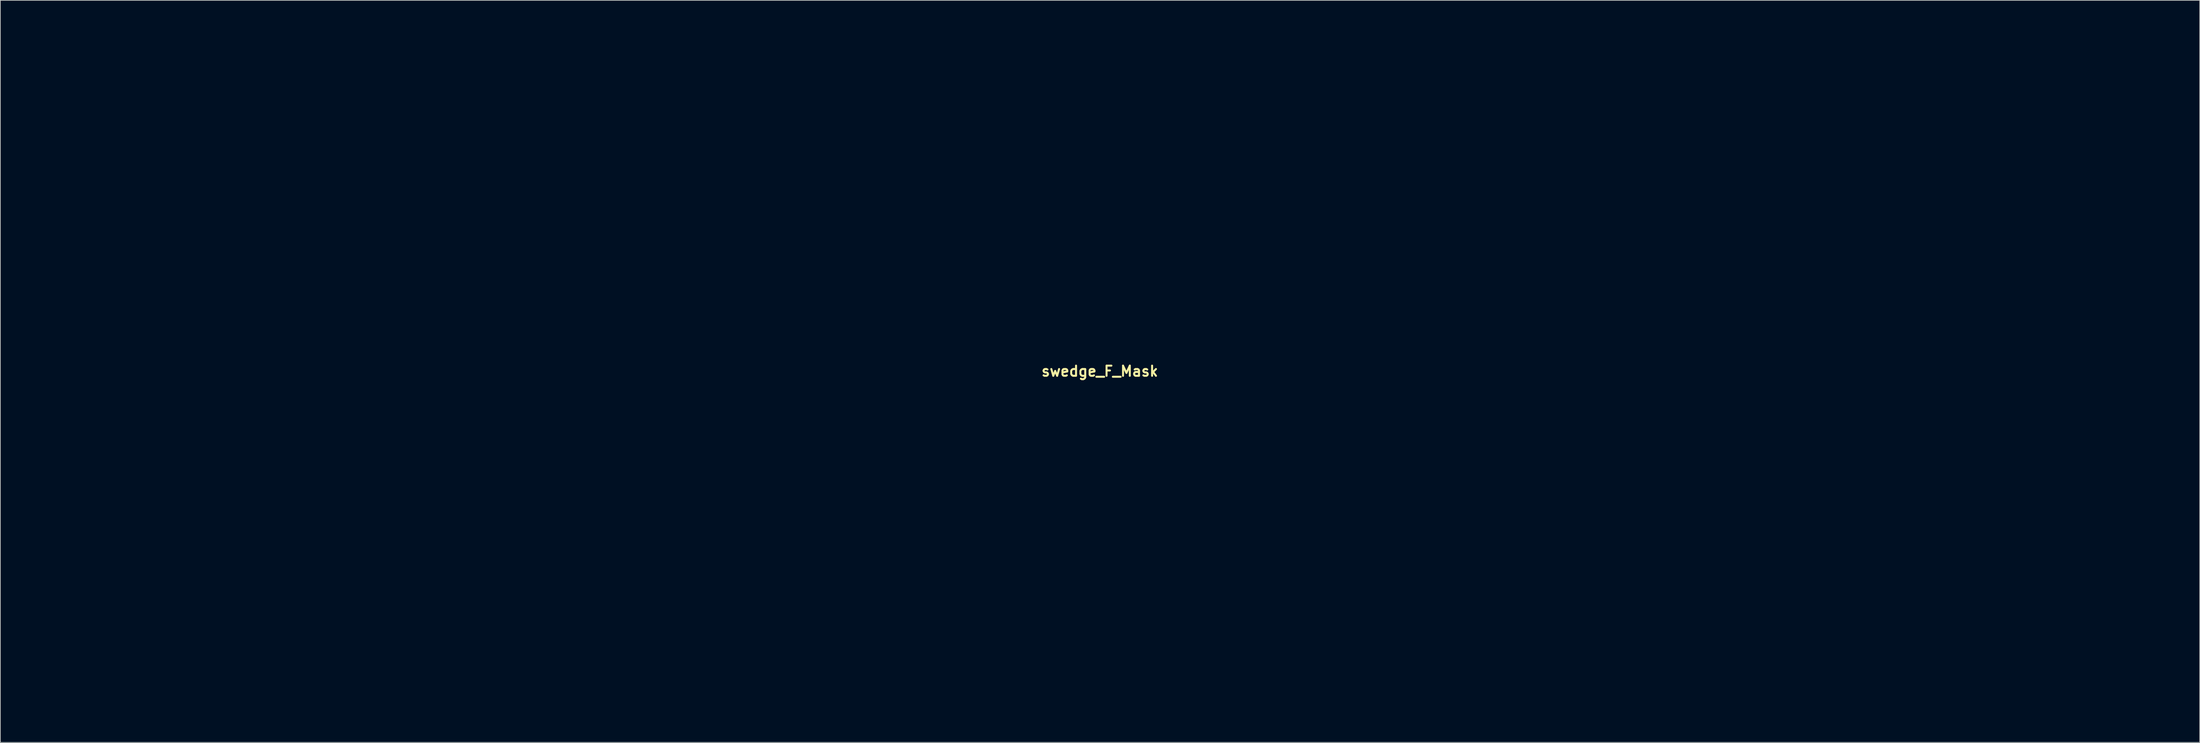
<source format=kicad_pcb>
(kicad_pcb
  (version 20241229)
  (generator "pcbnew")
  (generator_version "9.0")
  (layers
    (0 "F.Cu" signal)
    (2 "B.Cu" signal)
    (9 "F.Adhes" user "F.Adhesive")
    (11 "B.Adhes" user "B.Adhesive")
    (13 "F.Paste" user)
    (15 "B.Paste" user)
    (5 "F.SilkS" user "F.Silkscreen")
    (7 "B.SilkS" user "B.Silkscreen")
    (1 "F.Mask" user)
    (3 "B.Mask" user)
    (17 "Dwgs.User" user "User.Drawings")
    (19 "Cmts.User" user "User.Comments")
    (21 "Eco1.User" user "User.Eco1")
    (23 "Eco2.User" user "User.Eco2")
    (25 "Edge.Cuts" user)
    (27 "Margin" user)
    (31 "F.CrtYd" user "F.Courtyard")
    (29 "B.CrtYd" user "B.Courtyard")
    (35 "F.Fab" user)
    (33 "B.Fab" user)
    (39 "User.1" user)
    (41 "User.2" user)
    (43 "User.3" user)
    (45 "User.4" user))
  (footprint "swedge_F_Mask"
    (layer "F.Cu")
    (at 161.711 52.615)
    (property "Reference" "swedge_F_Mask" (at 0 0 0) (layer "F.SilkS") (effects (font (size 1.524 1.524) (thickness 0.3))))
    (attr through_hole)
    (fp_poly (pts (xy 12.446 52.663) (xy -28.702 52.663) (xy -28.702 35.56) (xy 12.446 35.56) (xy 12.446 52.663)) (stroke (width 0.01) (type solid)) (fill yes) (layer "F.Mask"))
    (fp_poly (pts (xy -134.008 -41.306) (xy -133.358 -41.303) (xy -132.595 -41.3) (xy -131.731 -41.295) (xy -130.778 -41.289) (xy -129.746 -41.282) (xy -128.647 -41.274) (xy -127.492 -41.265) (xy -126.741 -41.259) (xy -118.253 -41.19) (xy -118.272 -32.727) (xy -118.275 -31.544) (xy -118.279 -30.409) (xy -118.283 -29.333) (xy -118.288 -28.327) (xy -118.294 -27.404) (xy -118.299 -26.575) (xy -118.305 -25.85) (xy -118.311 -25.243) (xy -118.317 -24.763) (xy -118.323 -24.423) (xy -118.329 -24.233) (xy -118.333 -24.197) (xy -118.426 -24.178) (xy -118.663 -24.164) (xy -119.021 -24.154) (xy -119.475 -24.148) (xy -120.001 -24.148) (xy -120.295 -24.151) (xy -120.696 -24.154) (xy -121.249 -24.158) (xy -121.934 -24.163) (xy -122.733 -24.167) (xy -123.628 -24.172) (xy -124.601 -24.177) (xy -125.633 -24.181) (xy -126.706 -24.186) (xy -127.802 -24.19) (xy -128.812 -24.193) (xy -135.407 -24.216) (xy -135.345 -32.745) (xy -135.336 -33.932) (xy -135.327 -35.07) (xy -135.318 -36.149) (xy -135.309 -37.156) (xy -135.3 -38.081) (xy -135.291 -38.912) (xy -135.284 -39.638) (xy -135.276 -40.247) (xy -135.269 -40.729) (xy -135.264 -41.071) (xy -135.259 -41.263) (xy -135.256 -41.302) (xy -135.169 -41.305) (xy -134.925 -41.306) (xy -134.534 -41.307) (xy -134.008 -41.306)) (stroke (width 0.01) (type solid)) (fill yes) (layer "F.Mask"))
    (fp_poly (pts (xy 116.576 -41.29) (xy 117.301 -41.288) (xy 117.911 -41.285) (xy 118.392 -41.28) (xy 118.734 -41.273) (xy 118.925 -41.265) (xy 118.962 -41.259) (xy 118.974 -41.165) (xy 118.985 -40.916) (xy 118.995 -40.526) (xy 119.004 -40.01) (xy 119.013 -39.379) (xy 119.02 -38.65) (xy 119.027 -37.834) (xy 119.034 -36.947) (xy 119.039 -36.002) (xy 119.043 -35.013) (xy 119.047 -33.993) (xy 119.049 -32.957) (xy 119.051 -31.918) (xy 119.051 -30.891) (xy 119.051 -29.888) (xy 119.049 -28.924) (xy 119.047 -28.012) (xy 119.043 -27.167) (xy 119.039 -26.402) (xy 119.033 -25.732) (xy 119.026 -25.169) (xy 119.017 -24.727) (xy 119.008 -24.422) (xy 118.997 -24.265) (xy 118.992 -24.247) (xy 118.898 -24.244) (xy 118.647 -24.241) (xy 118.249 -24.236) (xy 117.716 -24.232) (xy 117.06 -24.227) (xy 116.292 -24.221) (xy 115.423 -24.216) (xy 114.466 -24.21) (xy 113.432 -24.204) (xy 112.331 -24.198) (xy 111.176 -24.192) (xy 110.483 -24.189) (xy 102.051 -24.15) (xy 101.995 -29.996) (xy 101.985 -31.069) (xy 101.976 -32.163) (xy 101.967 -33.254) (xy 101.959 -34.32) (xy 101.952 -35.338) (xy 101.947 -36.283) (xy 101.943 -37.132) (xy 101.94 -37.862) (xy 101.939 -38.45) (xy 101.939 -38.524) (xy 101.939 -41.206) (xy 110.417 -41.267) (xy 111.601 -41.275) (xy 112.737 -41.281) (xy 113.814 -41.286) (xy 114.821 -41.289) (xy 115.745 -41.29) (xy 116.576 -41.29)) (stroke (width 0.01) (type solid)) (fill yes) (layer "F.Mask"))
    (fp_poly (pts (xy 62.467 -8.258) (xy 62.486 -8.169) (xy 62.528 -7.927) (xy 62.59 -7.545) (xy 62.67 -7.037) (xy 62.766 -6.416) (xy 62.877 -5.696) (xy 63 -4.892) (xy 63.133 -4.016) (xy 63.274 -3.082) (xy 63.421 -2.105) (xy 63.572 -1.097) (xy 63.725 -0.072) (xy 63.878 0.955) (xy 64.029 1.972) (xy 64.176 2.964) (xy 64.317 3.918) (xy 64.449 4.819) (xy 64.571 5.656) (xy 64.68 6.413) (xy 64.776 7.077) (xy 64.854 7.634) (xy 64.915 8.071) (xy 64.955 8.374) (xy 64.972 8.529) (xy 64.972 8.547) (xy 64.886 8.563) (xy 64.644 8.603) (xy 64.258 8.664) (xy 63.739 8.745) (xy 63.101 8.844) (xy 62.353 8.959) (xy 61.508 9.088) (xy 60.578 9.229) (xy 59.575 9.382) (xy 58.509 9.543) (xy 57.394 9.711) (xy 56.24 9.885) (xy 55.059 10.063) (xy 53.864 10.242) (xy 52.665 10.421) (xy 51.475 10.599) (xy 50.305 10.773) (xy 49.168 10.942) (xy 48.472 11.045) (xy 48.133 11.095) (xy 46.879 2.7) (xy 46.704 1.528) (xy 46.539 0.404) (xy 46.383 -0.662) (xy 46.239 -1.657) (xy 46.108 -2.572) (xy 45.993 -3.393) (xy 45.893 -4.111) (xy 45.812 -4.714) (xy 45.75 -5.191) (xy 45.71 -5.529) (xy 45.692 -5.719) (xy 45.693 -5.757) (xy 45.785 -5.778) (xy 46.031 -5.821) (xy 46.416 -5.885) (xy 46.927 -5.967) (xy 47.55 -6.065) (xy 48.271 -6.177) (xy 49.078 -6.301) (xy 49.955 -6.435) (xy 50.889 -6.577) (xy 51.868 -6.724) (xy 52.876 -6.876) (xy 53.9 -7.029) (xy 54.926 -7.182) (xy 55.942 -7.332) (xy 56.932 -7.478) (xy 57.883 -7.618) (xy 58.782 -7.749) (xy 59.615 -7.87) (xy 60.368 -7.978) (xy 61.027 -8.072) (xy 61.579 -8.149) (xy 62.009 -8.207) (xy 62.305 -8.244) (xy 62.453 -8.259) (xy 62.467 -8.258)) (stroke (width 0.01) (type solid)) (fill yes) (layer "F.Mask"))
    (fp_poly (pts (xy 83.699 -45.674) (xy 84.213 -45.67) (xy 84.841 -45.662) (xy 85.568 -45.652) (xy 86.382 -45.64) (xy 87.268 -45.626) (xy 88.212 -45.611) (xy 89.2 -45.594) (xy 90.22 -45.576) (xy 91.256 -45.557) (xy 92.295 -45.537) (xy 93.323 -45.517) (xy 94.326 -45.497) (xy 95.29 -45.477) (xy 96.202 -45.457) (xy 97.047 -45.439) (xy 97.812 -45.421) (xy 98.483 -45.404) (xy 99.046 -45.389) (xy 99.487 -45.375) (xy 99.792 -45.364) (xy 99.947 -45.355) (xy 99.965 -45.352) (xy 99.969 -45.263) (xy 99.97 -45.017) (xy 99.968 -44.624) (xy 99.963 -44.096) (xy 99.956 -43.444) (xy 99.946 -42.68) (xy 99.933 -41.815) (xy 99.919 -40.861) (xy 99.902 -39.829) (xy 99.884 -38.731) (xy 99.863 -37.577) (xy 99.85 -36.858) (xy 99.695 -28.406) (xy 97.578 -28.397) (xy 97.138 -28.397) (xy 96.547 -28.4) (xy 95.826 -28.407) (xy 94.994 -28.416) (xy 94.071 -28.428) (xy 93.076 -28.443) (xy 92.028 -28.459) (xy 90.947 -28.477) (xy 89.853 -28.496) (xy 89.069 -28.511) (xy 88.045 -28.531) (xy 87.07 -28.551) (xy 86.159 -28.57) (xy 85.324 -28.588) (xy 84.579 -28.605) (xy 83.936 -28.62) (xy 83.409 -28.634) (xy 83.01 -28.645) (xy 82.753 -28.653) (xy 82.652 -28.659) (xy 82.651 -28.66) (xy 82.647 -28.747) (xy 82.647 -28.99) (xy 82.65 -29.375) (xy 82.655 -29.887) (xy 82.664 -30.513) (xy 82.675 -31.24) (xy 82.688 -32.052) (xy 82.703 -32.937) (xy 82.72 -33.881) (xy 82.737 -34.869) (xy 82.756 -35.888) (xy 82.776 -36.924) (xy 82.796 -37.964) (xy 82.817 -38.993) (xy 82.837 -39.997) (xy 82.857 -40.963) (xy 82.877 -41.877) (xy 82.896 -42.724) (xy 82.914 -43.492) (xy 82.93 -44.167) (xy 82.945 -44.733) (xy 82.958 -45.179) (xy 82.968 -45.489) (xy 82.977 -45.65) (xy 82.98 -45.67) (xy 83.069 -45.675) (xy 83.313 -45.676) (xy 83.699 -45.674)) (stroke (width 0.01) (type solid)) (fill yes) (layer "F.Mask"))
    (fp_poly (pts (xy -153.59 -40.032) (xy -153.075 -40.027) (xy -152.447 -40.019) (xy -151.718 -40.009) (xy -150.904 -39.996) (xy -150.018 -39.981) (xy -149.073 -39.965) (xy -148.085 -39.946) (xy -147.066 -39.927) (xy -146.03 -39.906) (xy -144.992 -39.885) (xy -143.965 -39.863) (xy -142.963 -39.841) (xy -142 -39.82) (xy -141.091 -39.798) (xy -140.248 -39.778) (xy -139.486 -39.758) (xy -138.818 -39.74) (xy -138.259 -39.723) (xy -137.823 -39.708) (xy -137.523 -39.695) (xy -137.373 -39.684) (xy -137.358 -39.681) (xy -137.352 -39.59) (xy -137.348 -39.341) (xy -137.348 -38.946) (xy -137.351 -38.416) (xy -137.357 -37.762) (xy -137.365 -36.996) (xy -137.377 -36.13) (xy -137.39 -35.174) (xy -137.406 -34.14) (xy -137.424 -33.04) (xy -137.444 -31.885) (xy -137.458 -31.157) (xy -137.615 -22.691) (xy -139.271 -22.703) (xy -139.622 -22.707) (xy -140.125 -22.714) (xy -140.764 -22.724) (xy -141.521 -22.737) (xy -142.378 -22.752) (xy -143.32 -22.769) (xy -144.33 -22.788) (xy -145.389 -22.808) (xy -146.481 -22.83) (xy -147.59 -22.852) (xy -147.762 -22.855) (xy -148.822 -22.878) (xy -149.834 -22.9) (xy -150.783 -22.922) (xy -151.658 -22.944) (xy -152.445 -22.964) (xy -153.133 -22.984) (xy -153.707 -23.001) (xy -154.156 -23.017) (xy -154.467 -23.031) (xy -154.626 -23.041) (xy -154.645 -23.045) (xy -154.65 -23.135) (xy -154.652 -23.38) (xy -154.651 -23.766) (xy -154.646 -24.281) (xy -154.638 -24.909) (xy -154.628 -25.637) (xy -154.616 -26.451) (xy -154.601 -27.337) (xy -154.585 -28.281) (xy -154.568 -29.27) (xy -154.549 -30.29) (xy -154.529 -31.326) (xy -154.508 -32.365) (xy -154.487 -33.392) (xy -154.466 -34.395) (xy -154.446 -35.359) (xy -154.425 -36.271) (xy -154.405 -37.115) (xy -154.386 -37.88) (xy -154.369 -38.55) (xy -154.353 -39.111) (xy -154.339 -39.551) (xy -154.326 -39.855) (xy -154.316 -40.009) (xy -154.313 -40.025) (xy -154.223 -40.031) (xy -153.977 -40.033) (xy -153.59 -40.032)) (stroke (width 0.01) (type solid)) (fill yes) (layer "F.Mask"))
    (fp_poly (pts (xy -154.741 -20.878) (xy -154.499 -20.852) (xy -154.117 -20.806) (xy -153.609 -20.743) (xy -152.988 -20.664) (xy -152.267 -20.572) (xy -151.462 -20.468) (xy -150.584 -20.353) (xy -149.649 -20.231) (xy -148.67 -20.101) (xy -147.66 -19.968) (xy -146.633 -19.831) (xy -145.604 -19.694) (xy -144.585 -19.557) (xy -143.591 -19.423) (xy -142.635 -19.294) (xy -141.731 -19.171) (xy -140.892 -19.057) (xy -140.133 -18.952) (xy -139.468 -18.859) (xy -138.909 -18.78) (xy -138.471 -18.717) (xy -138.167 -18.671) (xy -138.011 -18.644) (xy -137.993 -18.639) (xy -137.996 -18.549) (xy -138.02 -18.303) (xy -138.065 -17.911) (xy -138.127 -17.386) (xy -138.206 -16.739) (xy -138.301 -15.98) (xy -138.41 -15.121) (xy -138.531 -14.174) (xy -138.664 -13.15) (xy -138.806 -12.06) (xy -138.957 -10.916) (xy -139.052 -10.202) (xy -140.167 -1.82) (xy -140.42 -1.806) (xy -140.539 -1.815) (xy -140.813 -1.846) (xy -141.232 -1.896) (xy -141.782 -1.964) (xy -142.454 -2.049) (xy -143.233 -2.149) (xy -144.109 -2.263) (xy -145.07 -2.389) (xy -146.104 -2.525) (xy -147.199 -2.671) (xy -148.344 -2.824) (xy -148.842 -2.891) (xy -149.998 -3.046) (xy -151.106 -3.197) (xy -152.155 -3.339) (xy -153.133 -3.473) (xy -154.029 -3.596) (xy -154.83 -3.707) (xy -155.527 -3.804) (xy -156.106 -3.886) (xy -156.558 -3.951) (xy -156.87 -3.998) (xy -157.03 -4.024) (xy -157.05 -4.029) (xy -157.044 -4.116) (xy -157.018 -4.357) (xy -156.972 -4.738) (xy -156.909 -5.246) (xy -156.831 -5.867) (xy -156.739 -6.587) (xy -156.636 -7.392) (xy -156.523 -8.27) (xy -156.401 -9.205) (xy -156.273 -10.184) (xy -156.141 -11.194) (xy -156.006 -12.221) (xy -155.87 -13.252) (xy -155.735 -14.271) (xy -155.603 -15.266) (xy -155.475 -16.223) (xy -155.353 -17.129) (xy -155.24 -17.969) (xy -155.137 -18.729) (xy -155.045 -19.397) (xy -154.967 -19.958) (xy -154.905 -20.399) (xy -154.86 -20.705) (xy -154.833 -20.864) (xy -154.828 -20.883) (xy -154.741 -20.878)) (stroke (width 0.01) (type solid)) (fill yes) (layer "F.Mask"))
    (fp_poly (pts (xy -97.41 -13.778) (xy -97.168 -13.751) (xy -96.786 -13.705) (xy -96.278 -13.642) (xy -95.657 -13.563) (xy -94.937 -13.47) (xy -94.131 -13.365) (xy -93.254 -13.25) (xy -92.319 -13.127) (xy -91.34 -12.997) (xy -90.33 -12.862) (xy -89.304 -12.725) (xy -88.275 -12.587) (xy -87.256 -12.45) (xy -86.262 -12.315) (xy -85.307 -12.185) (xy -84.403 -12.062) (xy -83.565 -11.946) (xy -82.807 -11.841) (xy -82.142 -11.748) (xy -81.584 -11.669) (xy -81.146 -11.605) (xy -80.843 -11.558) (xy -80.688 -11.532) (xy -80.671 -11.526) (xy -80.674 -11.437) (xy -80.698 -11.191) (xy -80.742 -10.799) (xy -80.804 -10.274) (xy -80.883 -9.627) (xy -80.978 -8.868) (xy -81.088 -8.009) (xy -81.21 -7.063) (xy -81.343 -6.038) (xy -81.486 -4.949) (xy -81.638 -3.804) (xy -81.733 -3.09) (xy -82.854 5.292) (xy -83.104 5.305) (xy -83.222 5.296) (xy -83.496 5.265) (xy -83.914 5.215) (xy -84.464 5.146) (xy -85.135 5.061) (xy -85.914 4.96) (xy -86.79 4.846) (xy -87.751 4.72) (xy -88.785 4.583) (xy -89.879 4.437) (xy -91.024 4.283) (xy -91.525 4.216) (xy -92.681 4.059) (xy -93.789 3.909) (xy -94.838 3.766) (xy -95.816 3.632) (xy -96.712 3.508) (xy -97.514 3.397) (xy -98.211 3.299) (xy -98.791 3.218) (xy -99.242 3.153) (xy -99.554 3.106) (xy -99.715 3.08) (xy -99.735 3.075) (xy -99.73 2.989) (xy -99.703 2.748) (xy -99.657 2.367) (xy -99.594 1.86) (xy -99.515 1.239) (xy -99.423 0.519) (xy -99.319 -0.286) (xy -99.205 -1.163) (xy -99.082 -2.098) (xy -98.954 -3.077) (xy -98.82 -4.087) (xy -98.684 -5.114) (xy -98.547 -6.144) (xy -98.411 -7.164) (xy -98.278 -8.159) (xy -98.15 -9.117) (xy -98.027 -10.022) (xy -97.913 -10.863) (xy -97.809 -11.624) (xy -97.717 -12.292) (xy -97.638 -12.854) (xy -97.575 -13.295) (xy -97.529 -13.603) (xy -97.503 -13.763) (xy -97.497 -13.783) (xy -97.41 -13.778)) (stroke (width 0.01) (type solid)) (fill yes) (layer "F.Mask"))
    (fp_poly (pts (xy -137.728 -3.163) (xy -137.488 -3.121) (xy -137.108 -3.052) (xy -136.604 -2.957) (xy -135.988 -2.841) (xy -135.274 -2.705) (xy -134.475 -2.553) (xy -133.606 -2.386) (xy -132.679 -2.208) (xy -131.708 -2.02) (xy -130.708 -1.827) (xy -129.691 -1.63) (xy -128.671 -1.431) (xy -127.663 -1.235) (xy -126.678 -1.043) (xy -125.732 -0.857) (xy -124.837 -0.682) (xy -124.008 -0.518) (xy -123.257 -0.369) (xy -122.599 -0.238) (xy -122.047 -0.127) (xy -121.614 -0.039) (xy -121.315 0.023) (xy -121.163 0.058) (xy -121.147 0.063) (xy -121.156 0.15) (xy -121.195 0.39) (xy -121.26 0.769) (xy -121.35 1.273) (xy -121.461 1.888) (xy -121.591 2.602) (xy -121.738 3.399) (xy -121.899 4.268) (xy -122.07 5.193) (xy -122.251 6.162) (xy -122.438 7.16) (xy -122.628 8.174) (xy -122.819 9.191) (xy -123.009 10.196) (xy -123.195 11.176) (xy -123.374 12.117) (xy -123.543 13.006) (xy -123.701 13.828) (xy -123.845 14.571) (xy -123.972 15.221) (xy -124.079 15.763) (xy -124.164 16.185) (xy -124.224 16.472) (xy -124.247 16.573) (xy -124.341 16.724) (xy -124.44 16.756) (xy -124.543 16.74) (xy -124.8 16.693) (xy -125.2 16.618) (xy -125.732 16.518) (xy -126.385 16.395) (xy -127.146 16.25) (xy -128.005 16.086) (xy -128.95 15.905) (xy -129.97 15.71) (xy -131.052 15.502) (xy -132.186 15.283) (xy -132.8 15.165) (xy -141.012 13.581) (xy -140.989 13.374) (xy -140.97 13.259) (xy -140.921 12.994) (xy -140.847 12.593) (xy -140.748 12.069) (xy -140.629 11.437) (xy -140.491 10.708) (xy -140.337 9.899) (xy -140.169 9.02) (xy -139.991 8.088) (xy -139.805 7.114) (xy -139.614 6.114) (xy -139.419 5.099) (xy -139.225 4.085) (xy -139.032 3.084) (xy -138.845 2.111) (xy -138.665 1.179) (xy -138.496 0.301) (xy -138.34 -0.509) (xy -138.198 -1.237) (xy -138.075 -1.869) (xy -137.973 -2.392) (xy -137.894 -2.793) (xy -137.841 -3.057) (xy -137.817 -3.171) (xy -137.815 -3.175) (xy -137.728 -3.163)) (stroke (width 0.01) (type solid)) (fill yes) (layer "F.Mask"))
    (fp_poly (pts (xy -73.485 12.659) (xy -72.337 12.946) (xy -71.236 13.223) (xy -70.193 13.485) (xy -69.218 13.731) (xy -68.323 13.958) (xy -67.52 14.162) (xy -66.818 14.341) (xy -66.229 14.492) (xy -65.765 14.613) (xy -65.436 14.7) (xy -65.254 14.75) (xy -65.22 14.762) (xy -65.233 14.849) (xy -65.285 15.09) (xy -65.373 15.472) (xy -65.494 15.985) (xy -65.646 16.619) (xy -65.825 17.361) (xy -66.03 18.201) (xy -66.257 19.127) (xy -66.504 20.129) (xy -66.769 21.196) (xy -67.047 22.316) (xy -67.225 23.026) (xy -67.561 24.372) (xy -67.859 25.562) (xy -68.122 26.607) (xy -68.351 27.516) (xy -68.55 28.299) (xy -68.721 28.964) (xy -68.866 29.521) (xy -68.989 29.979) (xy -69.091 30.349) (xy -69.175 30.639) (xy -69.244 30.859) (xy -69.301 31.018) (xy -69.347 31.125) (xy -69.386 31.191) (xy -69.42 31.224) (xy -69.451 31.234) (xy -69.458 31.234) (xy -69.564 31.213) (xy -69.823 31.153) (xy -70.223 31.057) (xy -70.754 30.929) (xy -71.402 30.77) (xy -72.158 30.584) (xy -73.01 30.373) (xy -73.946 30.141) (xy -74.955 29.89) (xy -76.025 29.623) (xy -77.146 29.342) (xy -77.722 29.197) (xy -78.859 28.912) (xy -79.949 28.638) (xy -80.981 28.378) (xy -81.943 28.136) (xy -82.825 27.913) (xy -83.615 27.714) (xy -84.302 27.54) (xy -84.875 27.395) (xy -85.323 27.281) (xy -85.635 27.201) (xy -85.799 27.157) (xy -85.823 27.15) (xy -85.805 27.069) (xy -85.749 26.836) (xy -85.659 26.466) (xy -85.538 25.973) (xy -85.389 25.369) (xy -85.216 24.668) (xy -85.022 23.883) (xy -84.81 23.029) (xy -84.584 22.119) (xy -84.347 21.165) (xy -84.103 20.182) (xy -83.855 19.183) (xy -83.605 18.181) (xy -83.359 17.191) (xy -83.118 16.225) (xy -82.886 15.296) (xy -82.667 14.42) (xy -82.464 13.608) (xy -82.28 12.874) (xy -82.119 12.233) (xy -81.984 11.696) (xy -81.878 11.279) (xy -81.805 10.994) (xy -81.784 10.911) (xy -81.702 10.604) (xy -73.485 12.659)) (stroke (width 0.01) (type solid)) (fill yes) (layer "F.Mask"))
    (fp_poly (pts (xy 45.112 -47.095) (xy 45.499 -47.089) (xy 46.014 -47.077) (xy 46.643 -47.061) (xy 47.371 -47.04) (xy 48.185 -47.015) (xy 49.072 -46.988) (xy 50.016 -46.957) (xy 51.005 -46.924) (xy 52.024 -46.89) (xy 53.06 -46.854) (xy 54.098 -46.817) (xy 55.125 -46.78) (xy 56.127 -46.743) (xy 57.089 -46.707) (xy 57.999 -46.671) (xy 58.842 -46.638) (xy 59.604 -46.606) (xy 60.272 -46.577) (xy 60.831 -46.551) (xy 61.268 -46.529) (xy 61.569 -46.511) (xy 61.72 -46.497) (xy 61.734 -46.493) (xy 61.741 -46.427) (xy 61.742 -46.243) (xy 61.737 -45.937) (xy 61.728 -45.506) (xy 61.713 -44.947) (xy 61.693 -44.255) (xy 61.667 -43.428) (xy 61.636 -42.462) (xy 61.599 -41.354) (xy 61.555 -40.099) (xy 61.506 -38.695) (xy 61.45 -37.137) (xy 61.389 -35.424) (xy 61.32 -33.55) (xy 61.246 -31.512) (xy 61.197 -30.184) (xy 61.172 -29.506) (xy 60.791 -29.494) (xy 60.652 -29.496) (xy 60.357 -29.503) (xy 59.918 -29.516) (xy 59.346 -29.534) (xy 58.654 -29.556) (xy 57.855 -29.583) (xy 56.96 -29.614) (xy 55.983 -29.648) (xy 54.934 -29.685) (xy 53.828 -29.724) (xy 52.676 -29.766) (xy 52.324 -29.779) (xy 51.169 -29.822) (xy 50.061 -29.864) (xy 49.014 -29.905) (xy 48.038 -29.945) (xy 47.145 -29.982) (xy 46.347 -30.016) (xy 45.656 -30.047) (xy 45.083 -30.074) (xy 44.64 -30.097) (xy 44.339 -30.115) (xy 44.191 -30.128) (xy 44.178 -30.131) (xy 44.172 -30.222) (xy 44.172 -30.468) (xy 44.178 -30.855) (xy 44.19 -31.37) (xy 44.206 -31.999) (xy 44.227 -32.727) (xy 44.251 -33.541) (xy 44.278 -34.427) (xy 44.309 -35.372) (xy 44.342 -36.36) (xy 44.376 -37.379) (xy 44.412 -38.415) (xy 44.449 -39.453) (xy 44.486 -40.48) (xy 44.523 -41.482) (xy 44.56 -42.445) (xy 44.595 -43.354) (xy 44.629 -44.197) (xy 44.661 -44.96) (xy 44.69 -45.628) (xy 44.716 -46.187) (xy 44.739 -46.624) (xy 44.757 -46.925) (xy 44.771 -47.076) (xy 44.775 -47.091) (xy 44.866 -47.096) (xy 45.112 -47.095)) (stroke (width 0.01) (type solid)) (fill yes) (layer "F.Mask"))
    (fp_poly (pts (xy -135.388 -22.107) (xy -135.144 -22.086) (xy -134.759 -22.049) (xy -134.247 -21.997) (xy -133.622 -21.931) (xy -132.898 -21.853) (xy -132.089 -21.764) (xy -131.207 -21.666) (xy -130.269 -21.561) (xy -129.286 -21.45) (xy -128.273 -21.335) (xy -127.243 -21.217) (xy -126.211 -21.098) (xy -125.19 -20.98) (xy -124.194 -20.864) (xy -123.237 -20.751) (xy -122.332 -20.644) (xy -121.493 -20.543) (xy -120.735 -20.452) (xy -120.07 -20.37) (xy -119.514 -20.299) (xy -119.078 -20.242) (xy -118.778 -20.2) (xy -118.627 -20.174) (xy -118.612 -20.169) (xy -118.614 -20.078) (xy -118.635 -19.831) (xy -118.673 -19.438) (xy -118.727 -18.911) (xy -118.795 -18.262) (xy -118.877 -17.503) (xy -118.972 -16.644) (xy -119.077 -15.697) (xy -119.193 -14.674) (xy -119.316 -13.585) (xy -119.447 -12.444) (xy -119.516 -11.853) (xy -119.651 -10.687) (xy -119.78 -9.567) (xy -119.902 -8.504) (xy -120.017 -7.511) (xy -120.121 -6.599) (xy -120.215 -5.78) (xy -120.296 -5.065) (xy -120.364 -4.465) (xy -120.417 -3.994) (xy -120.454 -3.662) (xy -120.474 -3.48) (xy -120.476 -3.45) (xy -120.487 -3.395) (xy -120.528 -3.354) (xy -120.614 -3.328) (xy -120.762 -3.318) (xy -120.987 -3.324) (xy -121.305 -3.348) (xy -121.733 -3.39) (xy -122.286 -3.451) (xy -122.981 -3.532) (xy -123.529 -3.597) (xy -124.027 -3.655) (xy -124.672 -3.731) (xy -125.441 -3.821) (xy -126.313 -3.922) (xy -127.265 -4.032) (xy -128.276 -4.149) (xy -129.323 -4.27) (xy -130.385 -4.392) (xy -131.439 -4.513) (xy -131.636 -4.536) (xy -137.414 -5.198) (xy -137.414 -5.41) (xy -137.404 -5.541) (xy -137.377 -5.823) (xy -137.333 -6.241) (xy -137.275 -6.783) (xy -137.203 -7.434) (xy -137.12 -8.18) (xy -137.026 -9.007) (xy -136.925 -9.902) (xy -136.817 -10.851) (xy -136.703 -11.84) (xy -136.587 -12.854) (xy -136.468 -13.881) (xy -136.349 -14.906) (xy -136.231 -15.916) (xy -136.116 -16.896) (xy -136.006 -17.833) (xy -135.902 -18.713) (xy -135.805 -19.521) (xy -135.718 -20.245) (xy -135.642 -20.871) (xy -135.578 -21.383) (xy -135.529 -21.77) (xy -135.495 -22.016) (xy -135.479 -22.108) (xy -135.479 -22.108) (xy -135.388 -22.107)) (stroke (width 0.01) (type solid)) (fill yes) (layer "F.Mask"))
    (fp_poly (pts (xy -96.401 -32.917) (xy -96.018 -32.907) (xy -95.508 -32.892) (xy -94.883 -32.872) (xy -94.159 -32.849) (xy -93.348 -32.822) (xy -92.464 -32.793) (xy -91.522 -32.761) (xy -90.535 -32.727) (xy -89.517 -32.692) (xy -88.481 -32.656) (xy -87.442 -32.619) (xy -86.413 -32.582) (xy -85.408 -32.546) (xy -84.442 -32.511) (xy -83.527 -32.477) (xy -82.677 -32.446) (xy -81.907 -32.417) (xy -81.23 -32.39) (xy -80.66 -32.368) (xy -80.211 -32.349) (xy -79.896 -32.334) (xy -79.73 -32.325) (xy -79.707 -32.322) (xy -79.706 -32.236) (xy -79.712 -31.992) (xy -79.723 -31.603) (xy -79.739 -31.079) (xy -79.759 -30.433) (xy -79.784 -29.675) (xy -79.813 -28.819) (xy -79.845 -27.875) (xy -79.88 -26.855) (xy -79.918 -25.771) (xy -79.959 -24.634) (xy -79.972 -24.256) (xy -80.014 -23.094) (xy -80.053 -21.973) (xy -80.091 -20.905) (xy -80.126 -19.903) (xy -80.158 -18.98) (xy -80.186 -18.148) (xy -80.211 -17.42) (xy -80.231 -16.808) (xy -80.247 -16.324) (xy -80.257 -15.981) (xy -80.262 -15.792) (xy -80.262 -15.769) (xy -80.264 -15.325) (xy -81.428 -15.336) (xy -81.691 -15.341) (xy -82.108 -15.352) (xy -82.665 -15.368) (xy -83.346 -15.389) (xy -84.137 -15.414) (xy -85.023 -15.443) (xy -85.989 -15.476) (xy -87.02 -15.511) (xy -88.101 -15.549) (xy -89.218 -15.589) (xy -89.933 -15.615) (xy -91.033 -15.655) (xy -92.083 -15.694) (xy -93.072 -15.732) (xy -93.988 -15.768) (xy -94.817 -15.802) (xy -95.549 -15.832) (xy -96.171 -15.859) (xy -96.67 -15.882) (xy -97.034 -15.9) (xy -97.251 -15.914) (xy -97.311 -15.921) (xy -97.313 -16.008) (xy -97.308 -16.251) (xy -97.299 -16.635) (xy -97.285 -17.147) (xy -97.267 -17.773) (xy -97.244 -18.499) (xy -97.219 -19.311) (xy -97.19 -20.195) (xy -97.16 -21.138) (xy -97.127 -22.126) (xy -97.092 -23.145) (xy -97.057 -24.18) (xy -97.022 -25.219) (xy -96.986 -26.247) (xy -96.95 -27.251) (xy -96.916 -28.216) (xy -96.883 -29.13) (xy -96.852 -29.977) (xy -96.823 -30.745) (xy -96.797 -31.418) (xy -96.774 -31.985) (xy -96.755 -32.43) (xy -96.741 -32.74) (xy -96.731 -32.901) (xy -96.728 -32.921) (xy -96.642 -32.922) (xy -96.401 -32.917)) (stroke (width 0.01) (type solid)) (fill yes) (layer "F.Mask"))
    (fp_poly (pts (xy -61.053 -47.111) (xy -61.044 -47.023) (xy -61.03 -46.779) (xy -61.012 -46.393) (xy -60.989 -45.88) (xy -60.963 -45.254) (xy -60.934 -44.527) (xy -60.903 -43.714) (xy -60.869 -42.829) (xy -60.834 -41.886) (xy -60.798 -40.898) (xy -60.762 -39.879) (xy -60.725 -38.844) (xy -60.689 -37.805) (xy -60.653 -36.777) (xy -60.619 -35.774) (xy -60.587 -34.809) (xy -60.557 -33.896) (xy -60.53 -33.05) (xy -60.506 -32.283) (xy -60.486 -31.61) (xy -60.47 -31.045) (xy -60.459 -30.602) (xy -60.453 -30.293) (xy -60.453 -30.134) (xy -60.455 -30.115) (xy -60.544 -30.107) (xy -60.79 -30.094) (xy -61.181 -30.076) (xy -61.705 -30.054) (xy -62.351 -30.028) (xy -63.106 -29.998) (xy -63.959 -29.966) (xy -64.897 -29.931) (xy -65.909 -29.895) (xy -66.983 -29.856) (xy -68.107 -29.817) (xy -68.199 -29.814) (xy -69.346 -29.774) (xy -70.458 -29.735) (xy -71.522 -29.697) (xy -72.524 -29.661) (xy -73.452 -29.626) (xy -74.29 -29.595) (xy -75.026 -29.567) (xy -75.647 -29.542) (xy -76.138 -29.522) (xy -76.487 -29.507) (xy -76.675 -29.497) (xy -77.447 -29.446) (xy -77.502 -30.534) (xy -77.518 -30.881) (xy -77.538 -31.358) (xy -77.561 -31.951) (xy -77.588 -32.646) (xy -77.618 -33.43) (xy -77.649 -34.287) (xy -77.683 -35.205) (xy -77.717 -36.167) (xy -77.752 -37.162) (xy -77.788 -38.173) (xy -77.823 -39.188) (xy -77.857 -40.192) (xy -77.89 -41.17) (xy -77.922 -42.11) (xy -77.951 -42.995) (xy -77.977 -43.814) (xy -78 -44.551) (xy -78.02 -45.192) (xy -78.035 -45.722) (xy -78.046 -46.129) (xy -78.052 -46.398) (xy -78.052 -46.514) (xy -78.051 -46.518) (xy -77.963 -46.526) (xy -77.719 -46.539) (xy -77.334 -46.556) (xy -76.821 -46.578) (xy -76.194 -46.603) (xy -75.468 -46.631) (xy -74.655 -46.662) (xy -73.77 -46.695) (xy -72.827 -46.729) (xy -71.839 -46.765) (xy -70.82 -46.801) (xy -69.785 -46.838) (xy -68.746 -46.874) (xy -67.718 -46.909) (xy -66.715 -46.943) (xy -65.75 -46.975) (xy -64.837 -47.006) (xy -63.99 -47.033) (xy -63.223 -47.057) (xy -62.55 -47.078) (xy -61.985 -47.094) (xy -61.541 -47.105) (xy -61.232 -47.112) (xy -61.072 -47.113) (xy -61.053 -47.111)) (stroke (width 0.01) (type solid)) (fill yes) (layer "F.Mask"))
    (fp_poly (pts (xy 158.663 -15.201) (xy 158.711 -14.964) (xy 158.784 -14.588) (xy 158.881 -14.086) (xy 158.999 -13.472) (xy 159.134 -12.76) (xy 159.286 -11.962) (xy 159.45 -11.094) (xy 159.625 -10.167) (xy 159.808 -9.196) (xy 159.996 -8.195) (xy 160.187 -7.176) (xy 160.378 -6.154) (xy 160.568 -5.142) (xy 160.752 -4.153) (xy 160.93 -3.201) (xy 161.097 -2.301) (xy 161.252 -1.464) (xy 161.392 -0.705) (xy 161.515 -0.037) (xy 161.618 0.525) (xy 161.698 0.969) (xy 161.754 1.282) (xy 161.781 1.448) (xy 161.784 1.473) (xy 161.698 1.491) (xy 161.458 1.538) (xy 161.076 1.611) (xy 160.562 1.709) (xy 159.93 1.83) (xy 159.191 1.97) (xy 158.357 2.127) (xy 157.439 2.3) (xy 156.451 2.486) (xy 155.403 2.683) (xy 154.39 2.873) (xy 153.271 3.083) (xy 152.181 3.288) (xy 151.134 3.484) (xy 150.145 3.67) (xy 149.226 3.842) (xy 148.394 3.998) (xy 147.66 4.136) (xy 147.04 4.253) (xy 146.548 4.346) (xy 146.197 4.412) (xy 146.033 4.443) (xy 145.042 4.631) (xy 144.997 4.411) (xy 144.949 4.168) (xy 144.875 3.786) (xy 144.778 3.279) (xy 144.661 2.661) (xy 144.526 1.946) (xy 144.375 1.146) (xy 144.212 0.276) (xy 144.038 -0.651) (xy 143.856 -1.622) (xy 143.67 -2.622) (xy 143.48 -3.638) (xy 143.29 -4.656) (xy 143.103 -5.664) (xy 142.921 -6.646) (xy 142.746 -7.59) (xy 142.581 -8.482) (xy 142.428 -9.309) (xy 142.29 -10.056) (xy 142.17 -10.711) (xy 142.07 -11.259) (xy 141.993 -11.687) (xy 141.941 -11.981) (xy 141.916 -12.128) (xy 141.915 -12.142) (xy 142.001 -12.161) (xy 142.239 -12.209) (xy 142.617 -12.282) (xy 143.12 -12.378) (xy 143.735 -12.496) (xy 144.448 -12.631) (xy 145.246 -12.783) (xy 146.115 -12.947) (xy 147.042 -13.122) (xy 148.013 -13.305) (xy 149.014 -13.494) (xy 150.032 -13.685) (xy 151.053 -13.877) (xy 152.064 -14.067) (xy 153.051 -14.252) (xy 154.001 -14.429) (xy 154.9 -14.597) (xy 155.734 -14.753) (xy 156.49 -14.893) (xy 157.154 -15.016) (xy 157.713 -15.12) (xy 158.153 -15.2) (xy 158.46 -15.255) (xy 158.622 -15.283) (xy 158.643 -15.286) (xy 158.663 -15.201)) (stroke (width 0.01) (type solid)) (fill yes) (layer "F.Mask"))
    (fp_poly (pts (xy -100.057 5.216) (xy -99.819 5.266) (xy -99.444 5.349) (xy -98.945 5.463) (xy -98.335 5.603) (xy -97.628 5.767) (xy -96.838 5.952) (xy -95.977 6.154) (xy -95.059 6.37) (xy -94.098 6.597) (xy -93.108 6.832) (xy -92.101 7.071) (xy -91.091 7.312) (xy -90.092 7.55) (xy -89.117 7.784) (xy -88.179 8.009) (xy -87.293 8.223) (xy -86.471 8.422) (xy -85.728 8.603) (xy -85.076 8.763) (xy -84.529 8.898) (xy -84.1 9.006) (xy -83.803 9.083) (xy -83.652 9.126) (xy -83.636 9.133) (xy -83.649 9.219) (xy -83.698 9.456) (xy -83.781 9.831) (xy -83.894 10.33) (xy -84.033 10.94) (xy -84.196 11.647) (xy -84.38 12.438) (xy -84.581 13.299) (xy -84.796 14.217) (xy -85.023 15.179) (xy -85.256 16.171) (xy -85.495 17.179) (xy -85.734 18.19) (xy -85.972 19.191) (xy -86.205 20.168) (xy -86.43 21.108) (xy -86.643 21.997) (xy -86.842 22.822) (xy -87.023 23.569) (xy -87.182 24.225) (xy -87.318 24.776) (xy -87.427 25.21) (xy -87.504 25.511) (xy -87.549 25.668) (xy -87.557 25.687) (xy -87.641 25.672) (xy -87.88 25.619) (xy -88.261 25.531) (xy -88.773 25.412) (xy -89.406 25.264) (xy -90.148 25.089) (xy -90.988 24.89) (xy -91.916 24.67) (xy -92.92 24.431) (xy -93.988 24.176) (xy -95.111 23.908) (xy -95.838 23.733) (xy -96.989 23.457) (xy -98.093 23.192) (xy -99.138 22.94) (xy -100.114 22.705) (xy -101.01 22.489) (xy -101.814 22.295) (xy -102.515 22.125) (xy -103.104 21.982) (xy -103.567 21.869) (xy -103.895 21.788) (xy -104.076 21.742) (xy -104.11 21.733) (xy -104.095 21.649) (xy -104.043 21.414) (xy -103.957 21.041) (xy -103.841 20.544) (xy -103.698 19.936) (xy -103.532 19.231) (xy -103.345 18.442) (xy -103.14 17.583) (xy -102.922 16.666) (xy -102.693 15.706) (xy -102.456 14.716) (xy -102.214 13.709) (xy -101.972 12.699) (xy -101.731 11.7) (xy -101.496 10.723) (xy -101.269 9.785) (xy -101.055 8.896) (xy -100.855 8.072) (xy -100.673 7.325) (xy -100.512 6.669) (xy -100.377 6.118) (xy -100.269 5.684) (xy -100.192 5.381) (xy -100.15 5.224) (xy -100.143 5.203) (xy -100.057 5.216)) (stroke (width 0.01) (type solid)) (fill yes) (layer "F.Mask"))
    (fp_poly (pts (xy -99.472 -45.658) (xy -99.314 -45.654) (xy -99.296 -45.651) (xy -99.285 -45.559) (xy -99.273 -45.313) (xy -99.258 -44.924) (xy -99.241 -44.408) (xy -99.223 -43.778) (xy -99.204 -43.049) (xy -99.184 -42.233) (xy -99.163 -41.346) (xy -99.142 -40.401) (xy -99.121 -39.411) (xy -99.1 -38.391) (xy -99.079 -37.355) (xy -99.059 -36.316) (xy -99.04 -35.289) (xy -99.023 -34.287) (xy -99.006 -33.325) (xy -98.992 -32.415) (xy -98.979 -31.573) (xy -98.969 -30.811) (xy -98.962 -30.144) (xy -98.957 -29.586) (xy -98.956 -29.151) (xy -98.957 -28.852) (xy -98.963 -28.704) (xy -98.966 -28.69) (xy -99.055 -28.682) (xy -99.298 -28.672) (xy -99.683 -28.659) (xy -100.195 -28.644) (xy -100.82 -28.627) (xy -101.544 -28.609) (xy -102.352 -28.59) (xy -103.23 -28.57) (xy -104.166 -28.55) (xy -105.143 -28.529) (xy -106.149 -28.508) (xy -107.168 -28.487) (xy -108.188 -28.467) (xy -109.193 -28.448) (xy -110.171 -28.43) (xy -111.106 -28.414) (xy -111.984 -28.399) (xy -112.792 -28.387) (xy -113.515 -28.376) (xy -114.139 -28.368) (xy -114.651 -28.363) (xy -115.035 -28.362) (xy -115.083 -28.362) (xy -115.993 -28.363) (xy -115.998 -29.02) (xy -116 -29.2) (xy -116.006 -29.536) (xy -116.014 -30.016) (xy -116.025 -30.625) (xy -116.038 -31.351) (xy -116.053 -32.181) (xy -116.071 -33.101) (xy -116.089 -34.099) (xy -116.11 -35.16) (xy -116.131 -36.273) (xy -116.153 -37.424) (xy -116.155 -37.507) (xy -116.177 -38.644) (xy -116.197 -39.731) (xy -116.216 -40.757) (xy -116.233 -41.711) (xy -116.248 -42.581) (xy -116.261 -43.354) (xy -116.271 -44.019) (xy -116.279 -44.565) (xy -116.284 -44.978) (xy -116.287 -45.248) (xy -116.286 -45.363) (xy -116.285 -45.366) (xy -116.197 -45.374) (xy -115.954 -45.385) (xy -115.569 -45.397) (xy -115.056 -45.41) (xy -114.429 -45.425) (xy -113.702 -45.442) (xy -112.889 -45.459) (xy -112.004 -45.476) (xy -111.06 -45.494) (xy -110.072 -45.512) (xy -109.053 -45.53) (xy -108.017 -45.548) (xy -106.978 -45.566) (xy -105.95 -45.582) (xy -104.947 -45.598) (xy -103.982 -45.612) (xy -103.069 -45.625) (xy -102.223 -45.636) (xy -101.457 -45.645) (xy -100.785 -45.652) (xy -100.221 -45.657) (xy -99.779 -45.659) (xy -99.472 -45.658)) (stroke (width 0.01) (type solid)) (fill yes) (layer "F.Mask"))
    (fp_poly (pts (xy -46.675 29.308) (xy -46.437 29.363) (xy -46.063 29.455) (xy -45.565 29.582) (xy -44.958 29.738) (xy -44.254 29.921) (xy -43.468 30.127) (xy -42.612 30.353) (xy -41.7 30.594) (xy -40.745 30.848) (xy -39.761 31.11) (xy -38.76 31.378) (xy -37.758 31.647) (xy -36.766 31.914) (xy -35.799 32.175) (xy -34.869 32.427) (xy -33.991 32.666) (xy -33.177 32.888) (xy -32.441 33.091) (xy -31.796 33.269) (xy -31.256 33.421) (xy -30.834 33.542) (xy -30.544 33.628) (xy -30.398 33.676) (xy -30.384 33.683) (xy -30.397 33.773) (xy -30.45 34.011) (xy -30.542 34.386) (xy -30.668 34.884) (xy -30.825 35.491) (xy -31.009 36.195) (xy -31.216 36.981) (xy -31.444 37.836) (xy -31.687 38.748) (xy -31.943 39.703) (xy -32.208 40.687) (xy -32.479 41.687) (xy -32.751 42.69) (xy -33.021 43.682) (xy -33.286 44.651) (xy -33.542 45.583) (xy -33.785 46.464) (xy -34.012 47.281) (xy -34.219 48.021) (xy -34.403 48.67) (xy -34.559 49.216) (xy -34.685 49.645) (xy -34.776 49.943) (xy -34.829 50.097) (xy -34.84 50.116) (xy -34.932 50.094) (xy -35.176 50.03) (xy -35.562 49.927) (xy -36.077 49.79) (xy -36.712 49.62) (xy -37.454 49.421) (xy -38.293 49.195) (xy -39.217 48.946) (xy -40.216 48.676) (xy -41.279 48.389) (xy -42.393 48.087) (xy -43.052 47.909) (xy -44.19 47.6) (xy -45.282 47.304) (xy -46.315 47.023) (xy -47.28 46.761) (xy -48.164 46.52) (xy -48.958 46.303) (xy -49.65 46.114) (xy -50.229 45.955) (xy -50.683 45.829) (xy -51.003 45.74) (xy -51.177 45.69) (xy -51.207 45.68) (xy -51.19 45.596) (xy -51.133 45.361) (xy -51.037 44.989) (xy -50.908 44.495) (xy -50.749 43.89) (xy -50.562 43.19) (xy -50.353 42.406) (xy -50.124 41.552) (xy -49.88 40.642) (xy -49.623 39.689) (xy -49.357 38.706) (xy -49.087 37.707) (xy -48.815 36.705) (xy -48.545 35.713) (xy -48.281 34.746) (xy -48.027 33.815) (xy -47.786 32.935) (xy -47.562 32.119) (xy -47.358 31.38) (xy -47.178 30.732) (xy -47.026 30.187) (xy -46.904 29.76) (xy -46.818 29.464) (xy -46.771 29.312) (xy -46.763 29.294) (xy -46.675 29.308)) (stroke (width 0.01) (type solid)) (fill yes) (layer "F.Mask"))
    (fp_poly (pts (xy 30.421 29.308) (xy 30.479 29.452) (xy 30.563 29.702) (xy 30.675 30.062) (xy 30.817 30.54) (xy 30.99 31.14) (xy 31.196 31.87) (xy 31.436 32.735) (xy 31.713 33.74) (xy 32.029 34.893) (xy 32.384 36.199) (xy 32.692 37.338) (xy 33 38.476) (xy 33.295 39.569) (xy 33.573 40.606) (xy 33.833 41.576) (xy 34.071 42.467) (xy 34.285 43.269) (xy 34.47 43.969) (xy 34.625 44.557) (xy 34.746 45.021) (xy 34.83 45.351) (xy 34.875 45.534) (xy 34.881 45.569) (xy 34.81 45.691) (xy 34.584 45.792) (xy 34.523 45.809) (xy 34.391 45.845) (xy 34.107 45.921) (xy 33.683 46.035) (xy 33.132 46.184) (xy 32.464 46.364) (xy 31.693 46.572) (xy 30.83 46.805) (xy 29.886 47.059) (xy 28.874 47.332) (xy 27.805 47.621) (xy 26.692 47.921) (xy 26.35 48.014) (xy 25.234 48.315) (xy 24.166 48.603) (xy 23.155 48.875) (xy 22.214 49.129) (xy 21.353 49.36) (xy 20.584 49.567) (xy 19.919 49.746) (xy 19.367 49.893) (xy 18.942 50.007) (xy 18.654 50.083) (xy 18.513 50.12) (xy 18.501 50.123) (xy 18.457 50.05) (xy 18.398 49.874) (xy 18.39 49.847) (xy 18.155 48.983) (xy 17.901 48.05) (xy 17.633 47.061) (xy 17.355 46.03) (xy 17.068 44.967) (xy 16.777 43.885) (xy 16.484 42.797) (xy 16.194 41.715) (xy 15.908 40.651) (xy 15.632 39.617) (xy 15.367 38.627) (xy 15.118 37.691) (xy 14.887 36.823) (xy 14.678 36.034) (xy 14.494 35.338) (xy 14.338 34.746) (xy 14.214 34.271) (xy 14.125 33.924) (xy 14.074 33.719) (xy 14.063 33.665) (xy 14.149 33.639) (xy 14.384 33.573) (xy 14.756 33.469) (xy 15.252 33.333) (xy 15.857 33.168) (xy 16.559 32.977) (xy 17.344 32.763) (xy 18.198 32.532) (xy 19.108 32.285) (xy 20.062 32.027) (xy 21.044 31.762) (xy 22.043 31.492) (xy 23.043 31.222) (xy 24.033 30.955) (xy 24.999 30.696) (xy 25.926 30.446) (xy 26.803 30.211) (xy 27.615 29.994) (xy 28.348 29.798) (xy 28.99 29.626) (xy 29.527 29.484) (xy 29.946 29.374) (xy 30.233 29.299) (xy 30.375 29.264) (xy 30.387 29.262) (xy 30.421 29.308)) (stroke (width 0.01) (type solid)) (fill yes) (layer "F.Mask"))
    (fp_poly (pts (xy 80.391 -32.906) (xy 80.409 -32.904) (xy 80.42 -32.813) (xy 80.435 -32.567) (xy 80.455 -32.179) (xy 80.479 -31.664) (xy 80.505 -31.036) (xy 80.535 -30.307) (xy 80.567 -29.493) (xy 80.6 -28.607) (xy 80.635 -27.662) (xy 80.671 -26.673) (xy 80.707 -25.654) (xy 80.743 -24.619) (xy 80.779 -23.58) (xy 80.813 -22.553) (xy 80.846 -21.551) (xy 80.877 -20.589) (xy 80.905 -19.679) (xy 80.931 -18.835) (xy 80.953 -18.073) (xy 80.971 -17.405) (xy 80.985 -16.845) (xy 80.993 -16.407) (xy 80.997 -16.106) (xy 80.994 -15.955) (xy 80.992 -15.939) (xy 80.902 -15.929) (xy 80.657 -15.914) (xy 80.272 -15.894) (xy 79.759 -15.87) (xy 79.134 -15.842) (xy 78.411 -15.811) (xy 77.603 -15.777) (xy 76.725 -15.742) (xy 75.791 -15.705) (xy 74.815 -15.667) (xy 73.812 -15.628) (xy 72.794 -15.59) (xy 71.778 -15.552) (xy 70.776 -15.516) (xy 69.804 -15.481) (xy 68.874 -15.449) (xy 68.001 -15.419) (xy 67.2 -15.393) (xy 66.485 -15.37) (xy 65.869 -15.352) (xy 65.367 -15.339) (xy 64.992 -15.331) (xy 64.841 -15.329) (xy 64.023 -15.325) (xy 63.974 -16.023) (xy 63.961 -16.256) (xy 63.943 -16.631) (xy 63.922 -17.134) (xy 63.897 -17.75) (xy 63.87 -18.466) (xy 63.84 -19.268) (xy 63.809 -20.141) (xy 63.776 -21.071) (xy 63.742 -22.045) (xy 63.708 -23.047) (xy 63.673 -24.065) (xy 63.639 -25.083) (xy 63.607 -26.088) (xy 63.575 -27.066) (xy 63.545 -28.002) (xy 63.518 -28.882) (xy 63.494 -29.693) (xy 63.473 -30.42) (xy 63.455 -31.049) (xy 63.442 -31.566) (xy 63.434 -31.957) (xy 63.431 -32.207) (xy 63.433 -32.304) (xy 63.433 -32.304) (xy 63.523 -32.314) (xy 63.767 -32.329) (xy 64.154 -32.348) (xy 64.667 -32.371) (xy 65.295 -32.397) (xy 66.022 -32.427) (xy 66.835 -32.459) (xy 67.721 -32.493) (xy 68.665 -32.528) (xy 69.653 -32.564) (xy 70.672 -32.601) (xy 71.707 -32.638) (xy 72.746 -32.675) (xy 73.773 -32.71) (xy 74.775 -32.744) (xy 75.739 -32.777) (xy 76.65 -32.806) (xy 77.495 -32.833) (xy 78.259 -32.857) (xy 78.93 -32.876) (xy 79.492 -32.891) (xy 79.932 -32.902) (xy 80.237 -32.907) (xy 80.391 -32.906)) (stroke (width 0.01) (type solid)) (fill yes) (layer "F.Mask"))
    (fp_poly (pts (xy 138.022 -40.04) (xy 138.041 -40.037) (xy 138.048 -39.95) (xy 138.056 -39.707) (xy 138.067 -39.322) (xy 138.081 -38.81) (xy 138.096 -38.183) (xy 138.112 -37.457) (xy 138.13 -36.644) (xy 138.149 -35.759) (xy 138.169 -34.816) (xy 138.19 -33.828) (xy 138.21 -32.809) (xy 138.231 -31.773) (xy 138.251 -30.733) (xy 138.27 -29.705) (xy 138.289 -28.701) (xy 138.307 -27.736) (xy 138.323 -26.822) (xy 138.337 -25.975) (xy 138.35 -25.208) (xy 138.36 -24.535) (xy 138.368 -23.969) (xy 138.374 -23.525) (xy 138.376 -23.216) (xy 138.375 -23.056) (xy 138.373 -23.036) (xy 138.287 -23.03) (xy 138.046 -23.021) (xy 137.664 -23.009) (xy 137.155 -22.995) (xy 136.533 -22.979) (xy 135.813 -22.961) (xy 135.008 -22.942) (xy 134.133 -22.922) (xy 133.202 -22.901) (xy 132.229 -22.88) (xy 131.228 -22.858) (xy 130.214 -22.837) (xy 129.2 -22.816) (xy 128.201 -22.795) (xy 127.231 -22.776) (xy 126.303 -22.758) (xy 125.433 -22.742) (xy 124.634 -22.727) (xy 123.92 -22.715) (xy 123.306 -22.706) (xy 122.805 -22.699) (xy 122.433 -22.695) (xy 122.365 -22.695) (xy 121.327 -22.691) (xy 121.326 -23.008) (xy 121.324 -23.137) (xy 121.319 -23.423) (xy 121.311 -23.854) (xy 121.3 -24.417) (xy 121.287 -25.102) (xy 121.271 -25.895) (xy 121.253 -26.784) (xy 121.234 -27.758) (xy 121.213 -28.804) (xy 121.191 -29.91) (xy 121.167 -31.064) (xy 121.158 -31.491) (xy 121.135 -32.652) (xy 121.114 -33.764) (xy 121.094 -34.817) (xy 121.077 -35.797) (xy 121.062 -36.695) (xy 121.05 -37.498) (xy 121.04 -38.194) (xy 121.033 -38.772) (xy 121.029 -39.22) (xy 121.029 -39.527) (xy 121.032 -39.681) (xy 121.034 -39.697) (xy 121.122 -39.705) (xy 121.366 -39.715) (xy 121.751 -39.727) (xy 122.264 -39.742) (xy 122.891 -39.758) (xy 123.617 -39.776) (xy 124.43 -39.795) (xy 125.316 -39.815) (xy 126.259 -39.835) (xy 127.248 -39.856) (xy 128.267 -39.878) (xy 129.303 -39.899) (xy 130.343 -39.919) (xy 131.371 -39.939) (xy 132.375 -39.958) (xy 133.341 -39.976) (xy 134.254 -39.992) (xy 135.101 -40.007) (xy 135.869 -40.019) (xy 136.542 -40.029) (xy 137.108 -40.036) (xy 137.553 -40.041) (xy 137.862 -40.042) (xy 138.022 -40.04)) (stroke (width 0.01) (type solid)) (fill yes) (layer "F.Mask"))
    (fp_poly (pts (xy 141.233 -1.822) (xy 141.3 -1.583) (xy 141.401 -1.207) (xy 141.532 -0.707) (xy 141.691 -0.098) (xy 141.874 0.608) (xy 142.078 1.398) (xy 142.298 2.257) (xy 142.533 3.172) (xy 142.777 4.131) (xy 143.029 5.119) (xy 143.284 6.124) (xy 143.539 7.131) (xy 143.791 8.127) (xy 144.037 9.1) (xy 144.272 10.035) (xy 144.494 10.919) (xy 144.699 11.739) (xy 144.884 12.481) (xy 145.045 13.133) (xy 145.179 13.679) (xy 145.282 14.108) (xy 145.352 14.405) (xy 145.384 14.558) (xy 145.386 14.576) (xy 145.299 14.603) (xy 145.062 14.669) (xy 144.687 14.769) (xy 144.189 14.901) (xy 143.581 15.061) (xy 142.876 15.245) (xy 142.087 15.45) (xy 141.229 15.673) (xy 140.315 15.91) (xy 139.357 16.157) (xy 138.371 16.412) (xy 137.368 16.67) (xy 136.363 16.929) (xy 135.369 17.184) (xy 134.4 17.433) (xy 133.469 17.671) (xy 132.589 17.895) (xy 131.774 18.103) (xy 131.037 18.29) (xy 130.392 18.453) (xy 129.853 18.588) (xy 129.432 18.692) (xy 129.144 18.762) (xy 129.002 18.794) (xy 128.99 18.795) (xy 128.957 18.715) (xy 128.886 18.482) (xy 128.779 18.106) (xy 128.639 17.599) (xy 128.47 16.972) (xy 128.273 16.236) (xy 128.052 15.401) (xy 127.81 14.48) (xy 127.549 13.482) (xy 127.274 12.418) (xy 126.986 11.301) (xy 126.8 10.578) (xy 126.507 9.431) (xy 126.227 8.331) (xy 125.962 7.289) (xy 125.716 6.316) (xy 125.491 5.422) (xy 125.29 4.619) (xy 125.116 3.918) (xy 124.971 3.33) (xy 124.859 2.866) (xy 124.781 2.537) (xy 124.742 2.354) (xy 124.737 2.319) (xy 124.823 2.292) (xy 125.06 2.228) (xy 125.433 2.128) (xy 125.93 1.997) (xy 126.537 1.838) (xy 127.24 1.655) (xy 128.027 1.45) (xy 128.884 1.228) (xy 129.798 0.992) (xy 130.755 0.745) (xy 131.741 0.491) (xy 132.744 0.233) (xy 133.75 -0.025) (xy 134.746 -0.28) (xy 135.717 -0.529) (xy 136.652 -0.768) (xy 137.536 -0.993) (xy 138.356 -1.202) (xy 139.099 -1.39) (xy 139.751 -1.555) (xy 140.299 -1.693) (xy 140.73 -1.799) (xy 141.029 -1.872) (xy 141.185 -1.908) (xy 141.204 -1.911) (xy 141.233 -1.822)) (stroke (width 0.01) (type solid)) (fill yes) (layer "F.Mask"))
    (fp_poly (pts (xy -60.705 3.286) (xy -60.461 3.323) (xy -60.073 3.389) (xy -59.552 3.482) (xy -58.91 3.6) (xy -58.158 3.739) (xy -57.308 3.9) (xy -56.37 4.078) (xy -55.355 4.273) (xy -54.275 4.481) (xy -53.142 4.702) (xy -52.424 4.842) (xy -50.989 5.124) (xy -49.713 5.376) (xy -48.589 5.599) (xy -47.61 5.795) (xy -46.768 5.966) (xy -46.057 6.113) (xy -45.469 6.238) (xy -44.997 6.341) (xy -44.633 6.426) (xy -44.371 6.492) (xy -44.203 6.542) (xy -44.122 6.577) (xy -44.111 6.59) (xy -44.127 6.684) (xy -44.173 6.929) (xy -44.246 7.314) (xy -44.343 7.824) (xy -44.463 8.446) (xy -44.601 9.167) (xy -44.757 9.971) (xy -44.926 10.847) (xy -45.107 11.78) (xy -45.297 12.757) (xy -45.492 13.764) (xy -45.691 14.788) (xy -45.891 15.814) (xy -46.089 16.83) (xy -46.283 17.822) (xy -46.469 18.776) (xy -46.646 19.679) (xy -46.81 20.516) (xy -46.959 21.275) (xy -47.091 21.942) (xy -47.202 22.503) (xy -47.252 22.754) (xy -47.314 23.016) (xy -47.382 23.148) (xy -47.48 23.189) (xy -47.525 23.189) (xy -47.633 23.172) (xy -47.895 23.124) (xy -48.3 23.047) (xy -48.837 22.945) (xy -49.493 22.819) (xy -50.258 22.671) (xy -51.12 22.503) (xy -52.067 22.319) (xy -53.088 22.119) (xy -54.171 21.907) (xy -55.304 21.684) (xy -55.88 21.571) (xy -57.03 21.344) (xy -58.133 21.127) (xy -59.176 20.921) (xy -60.149 20.728) (xy -61.041 20.551) (xy -61.84 20.393) (xy -62.535 20.254) (xy -63.114 20.138) (xy -63.567 20.047) (xy -63.883 19.983) (xy -64.049 19.948) (xy -64.073 19.943) (xy -64.061 19.857) (xy -64.02 19.62) (xy -63.95 19.243) (xy -63.856 18.741) (xy -63.739 18.128) (xy -63.602 17.416) (xy -63.448 16.62) (xy -63.28 15.752) (xy -63.1 14.827) (xy -62.91 13.859) (xy -62.715 12.86) (xy -62.515 11.844) (xy -62.315 10.825) (xy -62.116 9.817) (xy -61.921 8.833) (xy -61.733 7.886) (xy -61.555 6.991) (xy -61.389 6.16) (xy -61.238 5.408) (xy -61.105 4.748) (xy -60.992 4.193) (xy -60.902 3.758) (xy -60.837 3.455) (xy -60.801 3.298) (xy -60.795 3.279) (xy -60.705 3.286)) (stroke (width 0.01) (type solid)) (fill yes) (layer "F.Mask"))
    (fp_poly (pts (xy -58.799 -15.815) (xy -58.558 -15.796) (xy -58.176 -15.764) (xy -57.667 -15.719) (xy -57.044 -15.662) (xy -56.321 -15.596) (xy -55.513 -15.522) (xy -54.632 -15.44) (xy -53.693 -15.352) (xy -52.71 -15.26) (xy -51.696 -15.164) (xy -50.664 -15.066) (xy -49.63 -14.968) (xy -48.606 -14.87) (xy -47.606 -14.774) (xy -46.644 -14.681) (xy -45.734 -14.593) (xy -44.889 -14.51) (xy -44.124 -14.435) (xy -43.452 -14.368) (xy -42.887 -14.311) (xy -42.442 -14.265) (xy -42.132 -14.231) (xy -41.971 -14.211) (xy -41.95 -14.207) (xy -41.953 -14.12) (xy -41.971 -13.875) (xy -42.003 -13.485) (xy -42.049 -12.96) (xy -42.107 -12.312) (xy -42.175 -11.553) (xy -42.254 -10.692) (xy -42.342 -9.743) (xy -42.438 -8.716) (xy -42.54 -7.623) (xy -42.649 -6.474) (xy -42.717 -5.755) (xy -42.829 -4.579) (xy -42.936 -3.452) (xy -43.038 -2.383) (xy -43.133 -1.386) (xy -43.22 -0.472) (xy -43.298 0.349) (xy -43.366 1.066) (xy -43.423 1.665) (xy -43.467 2.137) (xy -43.499 2.47) (xy -43.516 2.653) (xy -43.519 2.686) (xy -43.548 2.699) (xy -43.643 2.704) (xy -43.81 2.7) (xy -44.058 2.687) (xy -44.395 2.664) (xy -44.829 2.631) (xy -45.368 2.586) (xy -46.021 2.529) (xy -46.795 2.459) (xy -47.699 2.376) (xy -48.74 2.278) (xy -49.927 2.166) (xy -51.269 2.039) (xy -52.451 1.926) (xy -53.595 1.815) (xy -54.691 1.709) (xy -55.727 1.607) (xy -56.691 1.512) (xy -57.572 1.424) (xy -58.359 1.344) (xy -59.038 1.274) (xy -59.599 1.214) (xy -60.03 1.167) (xy -60.319 1.133) (xy -60.455 1.113) (xy -60.464 1.111) (xy -60.462 1.023) (xy -60.445 0.78) (xy -60.415 0.396) (xy -60.372 -0.115) (xy -60.318 -0.739) (xy -60.254 -1.463) (xy -60.182 -2.272) (xy -60.103 -3.154) (xy -60.017 -4.094) (xy -59.927 -5.078) (xy -59.833 -6.093) (xy -59.737 -7.125) (xy -59.641 -8.159) (xy -59.544 -9.183) (xy -59.45 -10.183) (xy -59.359 -11.144) (xy -59.271 -12.053) (xy -59.19 -12.896) (xy -59.115 -13.66) (xy -59.049 -14.33) (xy -58.992 -14.893) (xy -58.946 -15.334) (xy -58.911 -15.641) (xy -58.89 -15.799) (xy -58.886 -15.818) (xy -58.799 -15.815)) (stroke (width 0.01) (type solid)) (fill yes) (layer "F.Mask"))
    (fp_poly (pts (xy -57.817 -34.922) (xy -57.433 -34.912) (xy -56.922 -34.896) (xy -56.296 -34.876) (xy -55.571 -34.853) (xy -54.759 -34.826) (xy -53.875 -34.796) (xy -52.932 -34.763) (xy -51.945 -34.729) (xy -50.927 -34.693) (xy -49.891 -34.656) (xy -48.853 -34.619) (xy -47.825 -34.582) (xy -46.821 -34.545) (xy -45.856 -34.509) (xy -44.943 -34.475) (xy -44.096 -34.443) (xy -43.329 -34.414) (xy -42.655 -34.387) (xy -42.089 -34.364) (xy -41.644 -34.345) (xy -41.334 -34.33) (xy -41.173 -34.321) (xy -41.153 -34.318) (xy -41.151 -34.231) (xy -41.154 -33.989) (xy -41.162 -33.605) (xy -41.175 -33.094) (xy -41.192 -32.47) (xy -41.213 -31.747) (xy -41.238 -30.938) (xy -41.265 -30.058) (xy -41.294 -29.121) (xy -41.326 -28.141) (xy -41.359 -27.131) (xy -41.393 -26.106) (xy -41.428 -25.079) (xy -41.462 -24.065) (xy -41.496 -23.078) (xy -41.53 -22.131) (xy -41.562 -21.239) (xy -41.592 -20.416) (xy -41.62 -19.675) (xy -41.645 -19.031) (xy -41.667 -18.498) (xy -41.685 -18.089) (xy -41.699 -17.818) (xy -41.707 -17.716) (xy -41.753 -17.272) (xy -42.191 -17.283) (xy -42.338 -17.288) (xy -42.642 -17.298) (xy -43.089 -17.314) (xy -43.669 -17.334) (xy -44.368 -17.359) (xy -45.174 -17.388) (xy -46.074 -17.421) (xy -47.056 -17.456) (xy -48.107 -17.494) (xy -49.215 -17.534) (xy -50.368 -17.576) (xy -50.673 -17.587) (xy -51.825 -17.629) (xy -52.927 -17.67) (xy -53.97 -17.71) (xy -54.94 -17.747) (xy -55.827 -17.781) (xy -56.618 -17.812) (xy -57.302 -17.84) (xy -57.868 -17.864) (xy -58.303 -17.883) (xy -58.596 -17.898) (xy -58.735 -17.906) (xy -58.745 -17.908) (xy -58.746 -17.994) (xy -58.741 -18.236) (xy -58.731 -18.619) (xy -58.716 -19.13) (xy -58.697 -19.755) (xy -58.674 -20.48) (xy -58.647 -21.292) (xy -58.618 -22.176) (xy -58.586 -23.118) (xy -58.552 -24.106) (xy -58.517 -25.124) (xy -58.481 -26.16) (xy -58.444 -27.199) (xy -58.407 -28.228) (xy -58.371 -29.232) (xy -58.336 -30.199) (xy -58.303 -31.113) (xy -58.271 -31.962) (xy -58.242 -32.732) (xy -58.215 -33.408) (xy -58.193 -33.977) (xy -58.174 -34.425) (xy -58.159 -34.739) (xy -58.15 -34.904) (xy -58.147 -34.926) (xy -58.06 -34.927) (xy -57.817 -34.922)) (stroke (width 0.01) (type solid)) (fill yes) (layer "F.Mask"))
    (fp_poly (pts (xy 83.886 5.267) (xy 83.948 5.507) (xy 84.043 5.884) (xy 84.166 6.386) (xy 84.315 6.997) (xy 84.486 7.706) (xy 84.677 8.498) (xy 84.884 9.361) (xy 85.104 10.28) (xy 85.333 11.242) (xy 85.569 12.234) (xy 85.809 13.242) (xy 86.048 14.252) (xy 86.285 15.252) (xy 86.515 16.228) (xy 86.736 17.167) (xy 86.944 18.054) (xy 87.136 18.876) (xy 87.31 19.621) (xy 87.461 20.274) (xy 87.587 20.823) (xy 87.684 21.252) (xy 87.749 21.55) (xy 87.78 21.703) (xy 87.781 21.721) (xy 87.692 21.749) (xy 87.451 21.813) (xy 87.074 21.909) (xy 86.572 22.034) (xy 85.96 22.185) (xy 85.252 22.358) (xy 84.46 22.55) (xy 83.598 22.758) (xy 82.68 22.979) (xy 81.718 23.21) (xy 80.727 23.447) (xy 79.72 23.688) (xy 78.71 23.928) (xy 77.71 24.165) (xy 76.735 24.396) (xy 75.798 24.617) (xy 74.912 24.826) (xy 74.09 25.018) (xy 73.346 25.191) (xy 72.694 25.342) (xy 72.146 25.468) (xy 71.717 25.564) (xy 71.42 25.629) (xy 71.267 25.658) (xy 71.25 25.659) (xy 71.225 25.569) (xy 71.164 25.329) (xy 71.071 24.95) (xy 70.948 24.448) (xy 70.8 23.835) (xy 70.628 23.125) (xy 70.436 22.332) (xy 70.228 21.469) (xy 70.007 20.549) (xy 69.776 19.587) (xy 69.539 18.595) (xy 69.297 17.588) (xy 69.056 16.579) (xy 68.817 15.581) (xy 68.585 14.608) (xy 68.363 13.673) (xy 68.153 12.791) (xy 67.959 11.974) (xy 67.784 11.236) (xy 67.632 10.591) (xy 67.505 10.052) (xy 67.408 9.633) (xy 67.342 9.348) (xy 67.312 9.209) (xy 67.311 9.198) (xy 67.391 9.168) (xy 67.623 9.103) (xy 67.992 9.004) (xy 68.486 8.877) (xy 69.091 8.723) (xy 69.794 8.546) (xy 70.58 8.35) (xy 71.438 8.138) (xy 72.353 7.912) (xy 73.312 7.677) (xy 74.301 7.435) (xy 75.308 7.19) (xy 76.318 6.944) (xy 77.319 6.702) (xy 78.296 6.467) (xy 79.237 6.241) (xy 80.127 6.029) (xy 80.955 5.832) (xy 81.705 5.655) (xy 82.365 5.501) (xy 82.922 5.374) (xy 83.361 5.275) (xy 83.67 5.209) (xy 83.835 5.179) (xy 83.859 5.178) (xy 83.886 5.267)) (stroke (width 0.01) (type solid)) (fill yes) (layer "F.Mask"))
    (fp_poly (pts (xy -77.126 -27.365) (xy -76.739 -27.345) (xy -76.225 -27.316) (xy -75.597 -27.28) (xy -74.87 -27.236) (xy -74.057 -27.186) (xy -73.172 -27.13) (xy -72.229 -27.071) (xy -71.241 -27.008) (xy -70.224 -26.942) (xy -69.19 -26.875) (xy -68.153 -26.807) (xy -67.128 -26.739) (xy -66.127 -26.672) (xy -65.166 -26.607) (xy -64.257 -26.545) (xy -63.415 -26.487) (xy -62.653 -26.434) (xy -61.986 -26.386) (xy -61.427 -26.345) (xy -60.99 -26.311) (xy -60.689 -26.285) (xy -60.538 -26.269) (xy -60.522 -26.265) (xy -60.522 -26.178) (xy -60.532 -25.935) (xy -60.551 -25.551) (xy -60.578 -25.04) (xy -60.612 -24.415) (xy -60.653 -23.69) (xy -60.7 -22.879) (xy -60.751 -21.996) (xy -60.806 -21.055) (xy -60.865 -20.069) (xy -60.926 -19.053) (xy -60.988 -18.02) (xy -61.051 -16.984) (xy -61.114 -15.958) (xy -61.175 -14.958) (xy -61.235 -13.996) (xy -61.292 -13.086) (xy -61.345 -12.243) (xy -61.394 -11.48) (xy -61.438 -10.811) (xy -61.476 -10.249) (xy -61.507 -9.809) (xy -61.53 -9.505) (xy -61.545 -9.35) (xy -61.547 -9.335) (xy -61.579 -9.325) (xy -61.673 -9.32) (xy -61.838 -9.321) (xy -62.082 -9.329) (xy -62.414 -9.343) (xy -62.84 -9.364) (xy -63.371 -9.393) (xy -64.013 -9.43) (xy -64.776 -9.476) (xy -65.667 -9.53) (xy -66.694 -9.594) (xy -67.866 -9.668) (xy -69.192 -9.753) (xy -70.57 -9.841) (xy -71.709 -9.915) (xy -72.8 -9.986) (xy -73.831 -10.055) (xy -74.791 -10.12) (xy -75.666 -10.181) (xy -76.446 -10.236) (xy -77.119 -10.285) (xy -77.673 -10.327) (xy -78.095 -10.361) (xy -78.375 -10.386) (xy -78.5 -10.402) (xy -78.505 -10.404) (xy -78.508 -10.493) (xy -78.499 -10.737) (xy -78.482 -11.123) (xy -78.456 -11.636) (xy -78.423 -12.263) (xy -78.382 -12.989) (xy -78.336 -13.801) (xy -78.285 -14.686) (xy -78.229 -15.629) (xy -78.17 -16.616) (xy -78.109 -17.634) (xy -78.045 -18.668) (xy -77.981 -19.706) (xy -77.917 -20.733) (xy -77.854 -21.735) (xy -77.793 -22.698) (xy -77.734 -23.609) (xy -77.679 -24.454) (xy -77.628 -25.219) (xy -77.582 -25.889) (xy -77.542 -26.452) (xy -77.509 -26.894) (xy -77.483 -27.2) (xy -77.466 -27.357) (xy -77.462 -27.375) (xy -77.371 -27.375) (xy -77.126 -27.365)) (stroke (width 0.01) (type solid)) (fill yes) (layer "F.Mask"))
    (fp_poly (pts (xy -42.174 8.229) (xy -41.922 8.275) (xy -41.532 8.348) (xy -41.018 8.446) (xy -40.393 8.566) (xy -39.672 8.705) (xy -38.867 8.861) (xy -37.993 9.031) (xy -37.063 9.213) (xy -36.091 9.402) (xy -35.09 9.598) (xy -34.075 9.798) (xy -33.057 9.997) (xy -32.053 10.195) (xy -31.074 10.388) (xy -30.134 10.574) (xy -29.248 10.749) (xy -28.428 10.912) (xy -27.689 11.059) (xy -27.044 11.188) (xy -26.506 11.297) (xy -26.09 11.381) (xy -25.809 11.44) (xy -25.676 11.47) (xy -25.668 11.473) (xy -25.679 11.558) (xy -25.722 11.799) (xy -25.793 12.183) (xy -25.89 12.699) (xy -26.012 13.338) (xy -26.155 14.087) (xy -26.319 14.935) (xy -26.5 15.871) (xy -26.697 16.884) (xy -26.907 17.963) (xy -27.129 19.096) (xy -27.276 19.847) (xy -27.553 21.254) (xy -27.799 22.503) (xy -28.017 23.602) (xy -28.209 24.56) (xy -28.376 25.384) (xy -28.52 26.084) (xy -28.642 26.667) (xy -28.745 27.141) (xy -28.83 27.516) (xy -28.9 27.798) (xy -28.955 27.998) (xy -28.997 28.122) (xy -29.029 28.178) (xy -29.041 28.184) (xy -29.14 28.167) (xy -29.394 28.119) (xy -29.791 28.043) (xy -30.32 27.94) (xy -30.97 27.814) (xy -31.729 27.665) (xy -32.585 27.498) (xy -33.527 27.313) (xy -34.544 27.112) (xy -35.625 26.9) (xy -36.757 26.676) (xy -37.374 26.554) (xy -38.527 26.325) (xy -39.632 26.104) (xy -40.679 25.893) (xy -41.656 25.695) (xy -42.551 25.511) (xy -43.353 25.345) (xy -44.052 25.198) (xy -44.636 25.072) (xy -45.093 24.971) (xy -45.413 24.897) (xy -45.584 24.851) (xy -45.611 24.839) (xy -45.599 24.745) (xy -45.557 24.496) (xy -45.486 24.103) (xy -45.388 23.579) (xy -45.267 22.933) (xy -45.123 22.179) (xy -44.959 21.326) (xy -44.778 20.388) (xy -44.581 19.374) (xy -44.371 18.296) (xy -44.149 17.165) (xy -44.03 16.557) (xy -43.803 15.404) (xy -43.586 14.298) (xy -43.38 13.25) (xy -43.189 12.271) (xy -43.013 11.374) (xy -42.856 10.568) (xy -42.719 9.866) (xy -42.605 9.278) (xy -42.516 8.817) (xy -42.455 8.493) (xy -42.422 8.319) (xy -42.418 8.29) (xy -42.348 8.224) (xy -42.275 8.213) (xy -42.174 8.229)) (stroke (width 0.01) (type solid)) (fill yes) (layer "F.Mask"))
    (fp_poly (pts (xy 26.05 8.241) (xy 26.077 8.334) (xy 26.132 8.578) (xy 26.215 8.96) (xy 26.321 9.468) (xy 26.447 10.086) (xy 26.593 10.802) (xy 26.754 11.603) (xy 26.928 12.473) (xy 27.112 13.401) (xy 27.304 14.372) (xy 27.501 15.372) (xy 27.701 16.389) (xy 27.9 17.407) (xy 28.096 18.415) (xy 28.287 19.398) (xy 28.469 20.342) (xy 28.64 21.235) (xy 28.798 22.062) (xy 28.94 22.809) (xy 29.062 23.464) (xy 29.163 24.013) (xy 29.24 24.441) (xy 29.29 24.736) (xy 29.31 24.884) (xy 29.31 24.899) (xy 29.22 24.921) (xy 28.976 24.974) (xy 28.588 25.055) (xy 28.068 25.161) (xy 27.427 25.291) (xy 26.677 25.441) (xy 25.829 25.61) (xy 24.894 25.795) (xy 23.884 25.995) (xy 22.809 26.207) (xy 21.682 26.428) (xy 21.124 26.537) (xy 19.973 26.762) (xy 18.866 26.979) (xy 17.816 27.184) (xy 16.834 27.377) (xy 15.932 27.553) (xy 15.121 27.712) (xy 14.413 27.852) (xy 13.819 27.968) (xy 13.352 28.06) (xy 13.022 28.126) (xy 12.841 28.162) (xy 12.811 28.168) (xy 12.679 28.169) (xy 12.606 28.067) (xy 12.573 27.927) (xy 12.549 27.805) (xy 12.495 27.528) (xy 12.412 27.109) (xy 12.304 26.56) (xy 12.172 25.892) (xy 12.019 25.117) (xy 11.848 24.246) (xy 11.66 23.293) (xy 11.457 22.268) (xy 11.243 21.183) (xy 11.02 20.051) (xy 10.931 19.6) (xy 10.706 18.459) (xy 10.492 17.364) (xy 10.29 16.328) (xy 10.103 15.362) (xy 9.933 14.477) (xy 9.782 13.685) (xy 9.653 12.997) (xy 9.547 12.425) (xy 9.467 11.98) (xy 9.414 11.673) (xy 9.392 11.516) (xy 9.392 11.497) (xy 9.482 11.47) (xy 9.725 11.414) (xy 10.106 11.332) (xy 10.613 11.226) (xy 11.23 11.099) (xy 11.946 10.954) (xy 12.746 10.793) (xy 13.616 10.619) (xy 14.544 10.435) (xy 15.515 10.243) (xy 16.515 10.046) (xy 17.532 9.847) (xy 18.551 9.648) (xy 19.559 9.452) (xy 20.543 9.261) (xy 21.488 9.079) (xy 22.381 8.908) (xy 23.209 8.751) (xy 23.957 8.61) (xy 24.613 8.487) (xy 25.162 8.387) (xy 25.591 8.31) (xy 25.887 8.261) (xy 26.035 8.241) (xy 26.05 8.241)) (stroke (width 0.01) (type solid)) (fill yes) (layer "F.Mask"))
    (fp_poly (pts (xy 48.846 24.376) (xy 48.918 24.607) (xy 49.026 24.974) (xy 49.167 25.464) (xy 49.338 26.065) (xy 49.534 26.763) (xy 49.752 27.544) (xy 49.988 28.395) (xy 50.239 29.304) (xy 50.502 30.255) (xy 50.771 31.237) (xy 51.045 32.236) (xy 51.318 33.239) (xy 51.589 34.232) (xy 51.852 35.201) (xy 52.104 36.135) (xy 52.341 37.018) (xy 52.561 37.838) (xy 52.759 38.582) (xy 52.932 39.236) (xy 53.075 39.787) (xy 53.186 40.222) (xy 53.261 40.526) (xy 53.296 40.688) (xy 53.297 40.711) (xy 53.212 40.738) (xy 52.977 40.805) (xy 52.605 40.908) (xy 52.11 41.045) (xy 51.505 41.211) (xy 50.803 41.402) (xy 50.018 41.616) (xy 49.163 41.848) (xy 48.252 42.095) (xy 47.299 42.354) (xy 46.315 42.62) (xy 45.316 42.889) (xy 44.314 43.16) (xy 43.323 43.427) (xy 42.355 43.687) (xy 41.426 43.937) (xy 40.547 44.173) (xy 39.733 44.391) (xy 38.997 44.587) (xy 38.351 44.759) (xy 37.811 44.902) (xy 37.388 45.013) (xy 37.097 45.088) (xy 36.95 45.124) (xy 36.936 45.127) (xy 36.837 45.106) (xy 36.83 45.094) (xy 36.808 45.009) (xy 36.746 44.772) (xy 36.644 44.394) (xy 36.508 43.885) (xy 36.339 43.256) (xy 36.141 42.52) (xy 35.917 41.685) (xy 35.669 40.765) (xy 35.4 39.769) (xy 35.114 38.709) (xy 34.813 37.596) (xy 34.628 36.908) (xy 34.32 35.767) (xy 34.027 34.673) (xy 33.751 33.637) (xy 33.494 32.668) (xy 33.26 31.779) (xy 33.052 30.981) (xy 32.871 30.284) (xy 32.722 29.7) (xy 32.608 29.24) (xy 32.53 28.914) (xy 32.492 28.734) (xy 32.49 28.7) (xy 32.578 28.671) (xy 32.817 28.602) (xy 33.192 28.497) (xy 33.691 28.359) (xy 34.299 28.191) (xy 35.003 27.999) (xy 35.791 27.784) (xy 36.648 27.551) (xy 37.56 27.303) (xy 38.515 27.044) (xy 39.499 26.778) (xy 40.499 26.508) (xy 41.501 26.238) (xy 42.491 25.972) (xy 43.456 25.712) (xy 44.383 25.464) (xy 45.259 25.229) (xy 46.069 25.013) (xy 46.8 24.819) (xy 47.439 24.649) (xy 47.972 24.509) (xy 48.387 24.401) (xy 48.669 24.33) (xy 48.805 24.298) (xy 48.814 24.297) (xy 48.846 24.376)) (stroke (width 0.01) (type solid)) (fill yes) (layer "F.Mask"))
    (fp_poly (pts (xy -157.407 -1.859) (xy -157.171 -1.805) (xy -156.798 -1.716) (xy -156.301 -1.594) (xy -155.694 -1.444) (xy -154.99 -1.269) (xy -154.203 -1.073) (xy -153.345 -0.858) (xy -152.431 -0.627) (xy -151.473 -0.386) (xy -150.485 -0.136) (xy -149.481 0.118) (xy -148.474 0.374) (xy -147.477 0.628) (xy -146.503 0.876) (xy -145.567 1.116) (xy -144.681 1.343) (xy -143.859 1.554) (xy -143.115 1.747) (xy -142.461 1.917) (xy -141.911 2.061) (xy -141.479 2.175) (xy -141.178 2.257) (xy -141.021 2.303) (xy -141.001 2.311) (xy -141.019 2.394) (xy -141.076 2.63) (xy -141.17 3.008) (xy -141.298 3.517) (xy -141.457 4.146) (xy -141.644 4.884) (xy -141.856 5.72) (xy -142.092 6.643) (xy -142.347 7.641) (xy -142.619 8.705) (xy -142.906 9.823) (xy -143.091 10.543) (xy -143.385 11.688) (xy -143.667 12.787) (xy -143.935 13.828) (xy -144.184 14.799) (xy -144.413 15.691) (xy -144.618 16.491) (xy -144.797 17.189) (xy -144.947 17.775) (xy -145.065 18.236) (xy -145.148 18.562) (xy -145.194 18.742) (xy -145.202 18.775) (xy -145.218 18.784) (xy -145.272 18.782) (xy -145.371 18.767) (xy -145.526 18.737) (xy -145.744 18.689) (xy -146.035 18.62) (xy -146.409 18.53) (xy -146.873 18.415) (xy -147.437 18.274) (xy -148.11 18.104) (xy -148.902 17.902) (xy -149.82 17.668) (xy -150.874 17.397) (xy -152.073 17.089) (xy -153.426 16.742) (xy -153.585 16.7) (xy -154.723 16.408) (xy -155.813 16.127) (xy -156.845 15.86) (xy -157.808 15.611) (xy -158.691 15.382) (xy -159.483 15.177) (xy -160.172 14.998) (xy -160.747 14.847) (xy -161.198 14.729) (xy -161.513 14.645) (xy -161.681 14.599) (xy -161.706 14.591) (xy -161.691 14.507) (xy -161.637 14.272) (xy -161.547 13.901) (xy -161.425 13.405) (xy -161.274 12.799) (xy -161.098 12.096) (xy -160.9 11.31) (xy -160.683 10.454) (xy -160.451 9.54) (xy -160.208 8.584) (xy -159.956 7.597) (xy -159.7 6.594) (xy -159.442 5.588) (xy -159.187 4.592) (xy -158.937 3.62) (xy -158.695 2.685) (xy -158.467 1.8) (xy -158.254 0.979) (xy -158.06 0.236) (xy -157.889 -0.417) (xy -157.744 -0.966) (xy -157.628 -1.397) (xy -157.546 -1.698) (xy -157.5 -1.855) (xy -157.492 -1.874) (xy -157.407 -1.859)) (stroke (width 0.01) (type solid)) (fill yes) (layer "F.Mask"))
    (fp_poly (pts (xy -115.95 -26.227) (xy -115.709 -26.212) (xy -115.327 -26.185) (xy -114.817 -26.147) (xy -114.193 -26.1) (xy -113.47 -26.044) (xy -112.661 -25.981) (xy -111.779 -25.912) (xy -110.839 -25.837) (xy -109.855 -25.758) (xy -108.839 -25.677) (xy -107.806 -25.593) (xy -106.771 -25.509) (xy -105.745 -25.426) (xy -104.744 -25.344) (xy -103.781 -25.264) (xy -102.87 -25.189) (xy -102.024 -25.118) (xy -101.258 -25.054) (xy -100.585 -24.996) (xy -100.019 -24.947) (xy -99.574 -24.907) (xy -99.263 -24.877) (xy -99.101 -24.86) (xy -99.08 -24.856) (xy -99.082 -24.769) (xy -99.096 -24.527) (xy -99.122 -24.145) (xy -99.158 -23.635) (xy -99.204 -23.012) (xy -99.257 -22.29) (xy -99.318 -21.483) (xy -99.385 -20.605) (xy -99.457 -19.669) (xy -99.532 -18.69) (xy -99.61 -17.681) (xy -99.69 -16.656) (xy -99.771 -15.63) (xy -99.85 -14.616) (xy -99.929 -13.628) (xy -100.004 -12.68) (xy -100.076 -11.786) (xy -100.143 -10.961) (xy -100.204 -10.217) (xy -100.258 -9.568) (xy -100.304 -9.03) (xy -100.34 -8.615) (xy -100.367 -8.337) (xy -100.378 -8.234) (xy -100.419 -8.008) (xy -100.485 -7.906) (xy -100.612 -7.883) (xy -100.653 -7.884) (xy -100.768 -7.892) (xy -101.04 -7.913) (xy -101.457 -7.946) (xy -102.008 -7.99) (xy -102.679 -8.043) (xy -103.46 -8.106) (xy -104.339 -8.177) (xy -105.302 -8.254) (xy -106.34 -8.338) (xy -107.44 -8.428) (xy -108.589 -8.521) (xy -109.089 -8.562) (xy -110.252 -8.657) (xy -111.367 -8.749) (xy -112.422 -8.838) (xy -113.406 -8.921) (xy -114.308 -8.999) (xy -115.115 -9.07) (xy -115.817 -9.134) (xy -116.401 -9.188) (xy -116.857 -9.232) (xy -117.172 -9.266) (xy -117.335 -9.287) (xy -117.355 -9.292) (xy -117.355 -9.381) (xy -117.342 -9.625) (xy -117.317 -10.01) (xy -117.282 -10.522) (xy -117.237 -11.148) (xy -117.185 -11.873) (xy -117.125 -12.684) (xy -117.058 -13.568) (xy -116.987 -14.509) (xy -116.912 -15.495) (xy -116.834 -16.511) (xy -116.754 -17.544) (xy -116.673 -18.58) (xy -116.592 -19.605) (xy -116.513 -20.605) (xy -116.436 -21.567) (xy -116.363 -22.476) (xy -116.295 -23.319) (xy -116.232 -24.082) (xy -116.176 -24.751) (xy -116.128 -25.312) (xy -116.088 -25.752) (xy -116.059 -26.057) (xy -116.041 -26.212) (xy -116.037 -26.229) (xy -115.95 -26.227)) (stroke (width 0.01) (type solid)) (fill yes) (layer "F.Mask"))
    (fp_poly (pts (xy -80.346 -52.594) (xy -80.332 -52.592) (xy -80.319 -52.5) (xy -80.303 -52.253) (xy -80.282 -51.865) (xy -80.257 -51.35) (xy -80.229 -50.721) (xy -80.199 -49.992) (xy -80.166 -49.177) (xy -80.132 -48.29) (xy -80.096 -47.345) (xy -80.059 -46.356) (xy -80.023 -45.337) (xy -79.986 -44.301) (xy -79.95 -43.263) (xy -79.916 -42.236) (xy -79.882 -41.234) (xy -79.851 -40.272) (xy -79.823 -39.362) (xy -79.798 -38.52) (xy -79.776 -37.758) (xy -79.759 -37.091) (xy -79.746 -36.532) (xy -79.738 -36.096) (xy -79.735 -35.796) (xy -79.739 -35.647) (xy -79.741 -35.632) (xy -79.832 -35.621) (xy -80.081 -35.606) (xy -80.475 -35.586) (xy -81.002 -35.562) (xy -81.652 -35.534) (xy -82.411 -35.504) (xy -83.269 -35.471) (xy -84.213 -35.436) (xy -85.231 -35.399) (xy -86.311 -35.362) (xy -87.443 -35.323) (xy -87.672 -35.316) (xy -88.826 -35.277) (xy -89.941 -35.24) (xy -91.005 -35.203) (xy -92.004 -35.169) (xy -92.926 -35.137) (xy -93.758 -35.107) (xy -94.487 -35.081) (xy -95.099 -35.058) (xy -95.583 -35.039) (xy -95.924 -35.025) (xy -96.111 -35.016) (xy -96.122 -35.015) (xy -96.471 -35.004) (xy -96.669 -35.029) (xy -96.73 -35.078) (xy -96.74 -35.182) (xy -96.754 -35.441) (xy -96.773 -35.84) (xy -96.795 -36.365) (xy -96.82 -37.002) (xy -96.848 -37.738) (xy -96.878 -38.558) (xy -96.91 -39.45) (xy -96.943 -40.398) (xy -96.977 -41.389) (xy -97.012 -42.409) (xy -97.046 -43.444) (xy -97.08 -44.48) (xy -97.114 -45.504) (xy -97.145 -46.501) (xy -97.175 -47.458) (xy -97.203 -48.361) (xy -97.227 -49.195) (xy -97.249 -49.947) (xy -97.266 -50.604) (xy -97.28 -51.15) (xy -97.289 -51.573) (xy -97.293 -51.858) (xy -97.291 -51.992) (xy -97.29 -52) (xy -97.199 -52.012) (xy -96.953 -52.029) (xy -96.566 -52.05) (xy -96.051 -52.074) (xy -95.422 -52.102) (xy -94.694 -52.132) (xy -93.879 -52.165) (xy -92.993 -52.199) (xy -92.048 -52.235) (xy -91.059 -52.272) (xy -90.04 -52.308) (xy -89.004 -52.345) (xy -87.966 -52.381) (xy -86.939 -52.416) (xy -85.937 -52.449) (xy -84.975 -52.48) (xy -84.065 -52.509) (xy -83.222 -52.534) (xy -82.46 -52.556) (xy -81.792 -52.573) (xy -81.233 -52.587) (xy -80.797 -52.595) (xy -80.496 -52.598) (xy -80.346 -52.594)) (stroke (width 0.01) (type solid)) (fill yes) (layer "F.Mask"))
    (fp_poly (pts (xy -78.694 -8.274) (xy -78.455 -8.243) (xy -78.076 -8.191) (xy -77.57 -8.119) (xy -76.951 -8.03) (xy -76.234 -7.926) (xy -75.431 -7.808) (xy -74.557 -7.68) (xy -73.625 -7.542) (xy -72.648 -7.397) (xy -71.641 -7.247) (xy -70.617 -7.094) (xy -69.589 -6.94) (xy -68.572 -6.787) (xy -67.579 -6.637) (xy -66.624 -6.493) (xy -65.721 -6.356) (xy -64.882 -6.228) (xy -64.122 -6.111) (xy -63.455 -6.008) (xy -62.894 -5.92) (xy -62.453 -5.85) (xy -62.145 -5.799) (xy -61.985 -5.77) (xy -61.964 -5.764) (xy -61.969 -5.675) (xy -61.998 -5.43) (xy -62.048 -5.041) (xy -62.12 -4.517) (xy -62.21 -3.872) (xy -62.318 -3.115) (xy -62.441 -2.259) (xy -62.579 -1.314) (xy -62.729 -0.292) (xy -62.889 0.795) (xy -63.06 1.937) (xy -63.169 2.667) (xy -63.345 3.837) (xy -63.513 4.958) (xy -63.673 6.021) (xy -63.821 7.013) (xy -63.958 7.923) (xy -64.081 8.74) (xy -64.187 9.453) (xy -64.277 10.05) (xy -64.348 10.52) (xy -64.397 10.853) (xy -64.425 11.036) (xy -64.43 11.07) (xy -64.437 11.077) (xy -64.464 11.079) (xy -64.521 11.077) (xy -64.616 11.067) (xy -64.76 11.05) (xy -64.962 11.023) (xy -65.231 10.986) (xy -65.577 10.936) (xy -66.01 10.873) (xy -66.539 10.795) (xy -67.173 10.701) (xy -67.922 10.589) (xy -68.796 10.458) (xy -69.804 10.307) (xy -70.955 10.134) (xy -72.26 9.937) (xy -72.977 9.829) (xy -74.288 9.631) (xy -75.512 9.444) (xy -76.64 9.27) (xy -77.665 9.109) (xy -78.578 8.965) (xy -79.371 8.837) (xy -80.036 8.726) (xy -80.566 8.635) (xy -80.951 8.565) (xy -81.184 8.517) (xy -81.257 8.493) (xy -81.249 8.401) (xy -81.217 8.155) (xy -81.164 7.77) (xy -81.092 7.259) (xy -81.003 6.635) (xy -80.899 5.913) (xy -80.782 5.105) (xy -80.655 4.227) (xy -80.518 3.292) (xy -80.374 2.313) (xy -80.226 1.304) (xy -80.075 0.279) (xy -79.923 -0.748) (xy -79.773 -1.764) (xy -79.625 -2.755) (xy -79.483 -3.706) (xy -79.349 -4.605) (xy -79.224 -5.438) (xy -79.11 -6.19) (xy -79.009 -6.849) (xy -78.925 -7.4) (xy -78.857 -7.829) (xy -78.81 -8.123) (xy -78.783 -8.268) (xy -78.78 -8.281) (xy -78.694 -8.274)) (stroke (width 0.01) (type solid)) (fill yes) (layer "F.Mask"))
    (fp_poly (pts (xy 41.821 -34.896) (xy 41.835 -34.894) (xy 41.847 -34.802) (xy 41.863 -34.556) (xy 41.883 -34.168) (xy 41.907 -33.653) (xy 41.934 -33.024) (xy 41.965 -32.295) (xy 41.997 -31.48) (xy 42.031 -30.593) (xy 42.067 -29.649) (xy 42.103 -28.66) (xy 42.14 -27.641) (xy 42.177 -26.605) (xy 42.213 -25.567) (xy 42.248 -24.54) (xy 42.281 -23.538) (xy 42.312 -22.576) (xy 42.341 -21.666) (xy 42.367 -20.823) (xy 42.389 -20.062) (xy 42.407 -19.394) (xy 42.421 -18.836) (xy 42.43 -18.4) (xy 42.433 -18.1) (xy 42.431 -17.95) (xy 42.428 -17.936) (xy 42.338 -17.925) (xy 42.09 -17.908) (xy 41.697 -17.888) (xy 41.172 -17.863) (xy 40.526 -17.835) (xy 39.771 -17.803) (xy 38.919 -17.769) (xy 37.983 -17.733) (xy 36.975 -17.696) (xy 35.907 -17.657) (xy 34.84 -17.62) (xy 33.702 -17.581) (xy 32.595 -17.542) (xy 31.534 -17.504) (xy 30.533 -17.468) (xy 29.605 -17.435) (xy 28.765 -17.404) (xy 28.027 -17.376) (xy 27.405 -17.352) (xy 26.912 -17.332) (xy 26.563 -17.317) (xy 26.395 -17.309) (xy 25.973 -17.29) (xy 25.693 -17.29) (xy 25.529 -17.31) (xy 25.454 -17.354) (xy 25.445 -17.371) (xy 25.434 -17.477) (xy 25.419 -17.737) (xy 25.399 -18.137) (xy 25.376 -18.663) (xy 25.349 -19.302) (xy 25.32 -20.038) (xy 25.289 -20.86) (xy 25.256 -21.751) (xy 25.222 -22.7) (xy 25.186 -23.691) (xy 25.151 -24.711) (xy 25.116 -25.747) (xy 25.081 -26.783) (xy 25.048 -27.807) (xy 25.015 -28.804) (xy 24.985 -29.761) (xy 24.958 -30.663) (xy 24.933 -31.497) (xy 24.912 -32.249) (xy 24.895 -32.906) (xy 24.882 -33.452) (xy 24.873 -33.874) (xy 24.871 -34.159) (xy 24.873 -34.293) (xy 24.875 -34.301) (xy 24.967 -34.312) (xy 25.215 -34.328) (xy 25.603 -34.349) (xy 26.119 -34.373) (xy 26.749 -34.4) (xy 27.478 -34.43) (xy 28.293 -34.463) (xy 29.18 -34.497) (xy 30.125 -34.533) (xy 31.114 -34.569) (xy 32.133 -34.606) (xy 33.169 -34.643) (xy 34.207 -34.679) (xy 35.234 -34.714) (xy 36.235 -34.747) (xy 37.197 -34.778) (xy 38.107 -34.807) (xy 38.949 -34.833) (xy 39.711 -34.855) (xy 40.378 -34.873) (xy 40.936 -34.887) (xy 41.372 -34.896) (xy 41.672 -34.899) (xy 41.821 -34.896)) (stroke (width 0.01) (type solid)) (fill yes) (layer "F.Mask"))
    (fp_poly (pts (xy 99.721 -26.207) (xy 99.734 -26.118) (xy 99.759 -25.874) (xy 99.795 -25.489) (xy 99.841 -24.977) (xy 99.895 -24.351) (xy 99.957 -23.626) (xy 100.025 -22.815) (xy 100.099 -21.932) (xy 100.176 -20.99) (xy 100.257 -20.005) (xy 100.339 -18.989) (xy 100.422 -17.956) (xy 100.505 -16.921) (xy 100.587 -15.896) (xy 100.665 -14.896) (xy 100.741 -13.935) (xy 100.811 -13.026) (xy 100.876 -12.183) (xy 100.934 -11.42) (xy 100.984 -10.751) (xy 101.024 -10.19) (xy 101.054 -9.75) (xy 101.073 -9.445) (xy 101.08 -9.289) (xy 101.078 -9.272) (xy 100.99 -9.259) (xy 100.745 -9.235) (xy 100.355 -9.199) (xy 99.83 -9.153) (xy 99.184 -9.098) (xy 98.428 -9.034) (xy 97.573 -8.962) (xy 96.631 -8.885) (xy 95.614 -8.802) (xy 94.534 -8.714) (xy 93.403 -8.623) (xy 93.086 -8.598) (xy 91.931 -8.506) (xy 90.815 -8.416) (xy 89.752 -8.331) (xy 88.755 -8.25) (xy 87.836 -8.176) (xy 87.007 -8.108) (xy 86.282 -8.049) (xy 85.672 -7.998) (xy 85.191 -7.958) (xy 84.851 -7.929) (xy 84.664 -7.912) (xy 84.646 -7.91) (xy 84.35 -7.889) (xy 84.185 -7.91) (xy 84.12 -7.972) (xy 84.109 -8.068) (xy 84.085 -8.318) (xy 84.051 -8.709) (xy 84.006 -9.226) (xy 83.953 -9.856) (xy 83.892 -10.585) (xy 83.825 -11.399) (xy 83.752 -12.284) (xy 83.675 -13.226) (xy 83.594 -14.212) (xy 83.512 -15.228) (xy 83.429 -16.26) (xy 83.345 -17.293) (xy 83.263 -18.316) (xy 83.184 -19.312) (xy 83.108 -20.27) (xy 83.036 -21.174) (xy 82.97 -22.012) (xy 82.911 -22.768) (xy 82.86 -23.43) (xy 82.818 -23.984) (xy 82.787 -24.416) (xy 82.766 -24.711) (xy 82.758 -24.857) (xy 82.758 -24.87) (xy 82.845 -24.882) (xy 83.087 -24.906) (xy 83.469 -24.94) (xy 83.98 -24.984) (xy 84.604 -25.037) (xy 85.327 -25.097) (xy 86.137 -25.163) (xy 87.019 -25.235) (xy 87.96 -25.311) (xy 88.945 -25.389) (xy 89.961 -25.47) (xy 90.994 -25.552) (xy 92.03 -25.633) (xy 93.056 -25.714) (xy 94.057 -25.792) (xy 95.021 -25.866) (xy 95.932 -25.936) (xy 96.778 -26) (xy 97.544 -26.058) (xy 98.217 -26.108) (xy 98.783 -26.149) (xy 99.228 -26.18) (xy 99.538 -26.2) (xy 99.7 -26.208) (xy 99.721 -26.207)) (stroke (width 0.01) (type solid)) (fill yes) (layer "F.Mask"))
    (fp_poly (pts (xy 101.388 -7.029) (xy 101.442 -6.786) (xy 101.52 -6.405) (xy 101.622 -5.898) (xy 101.744 -5.28) (xy 101.883 -4.563) (xy 102.038 -3.763) (xy 102.205 -2.891) (xy 102.382 -1.962) (xy 102.566 -0.99) (xy 102.755 0.012) (xy 102.946 1.03) (xy 103.138 2.051) (xy 103.326 3.061) (xy 103.509 4.047) (xy 103.684 4.994) (xy 103.849 5.89) (xy 104 6.72) (xy 104.136 7.47) (xy 104.254 8.129) (xy 104.351 8.68) (xy 104.425 9.112) (xy 104.473 9.41) (xy 104.493 9.561) (xy 104.492 9.578) (xy 104.403 9.6) (xy 104.158 9.652) (xy 103.77 9.73) (xy 103.25 9.832) (xy 102.61 9.957) (xy 101.86 10.102) (xy 101.013 10.264) (xy 100.079 10.442) (xy 99.071 10.633) (xy 98 10.836) (xy 96.877 11.047) (xy 96.435 11.13) (xy 95.289 11.345) (xy 94.185 11.552) (xy 93.136 11.749) (xy 92.153 11.934) (xy 91.249 12.104) (xy 90.435 12.257) (xy 89.724 12.392) (xy 89.128 12.505) (xy 88.658 12.594) (xy 88.326 12.657) (xy 88.145 12.692) (xy 88.119 12.698) (xy 87.904 12.729) (xy 87.799 12.694) (xy 87.765 12.627) (xy 87.737 12.502) (xy 87.682 12.227) (xy 87.602 11.817) (xy 87.5 11.285) (xy 87.378 10.645) (xy 87.238 9.91) (xy 87.084 9.093) (xy 86.918 8.209) (xy 86.742 7.271) (xy 86.56 6.293) (xy 86.372 5.288) (xy 86.183 4.27) (xy 85.993 3.253) (xy 85.807 2.25) (xy 85.627 1.275) (xy 85.455 0.341) (xy 85.293 -0.538) (xy 85.144 -1.348) (xy 85.012 -2.076) (xy 84.897 -2.708) (xy 84.803 -3.23) (xy 84.732 -3.629) (xy 84.688 -3.892) (xy 84.671 -4.004) (xy 84.671 -4.007) (xy 84.762 -4.03) (xy 85.006 -4.082) (xy 85.388 -4.159) (xy 85.896 -4.258) (xy 86.515 -4.378) (xy 87.231 -4.515) (xy 88.033 -4.668) (xy 88.905 -4.833) (xy 89.834 -5.008) (xy 90.806 -5.191) (xy 91.808 -5.379) (xy 92.827 -5.569) (xy 93.847 -5.759) (xy 94.857 -5.947) (xy 95.842 -6.129) (xy 96.789 -6.304) (xy 97.684 -6.468) (xy 98.513 -6.62) (xy 99.263 -6.756) (xy 99.92 -6.874) (xy 100.47 -6.972) (xy 100.901 -7.047) (xy 101.198 -7.097) (xy 101.347 -7.118) (xy 101.362 -7.119) (xy 101.388 -7.029)) (stroke (width 0.01) (type solid)) (fill yes) (layer "F.Mask"))
    (fp_poly (pts (xy 119.211 -22.05) (xy 119.242 -21.81) (xy 119.289 -21.429) (xy 119.35 -20.922) (xy 119.424 -20.301) (xy 119.509 -19.58) (xy 119.604 -18.774) (xy 119.706 -17.895) (xy 119.815 -16.959) (xy 119.929 -15.977) (xy 120.046 -14.965) (xy 120.164 -13.935) (xy 120.283 -12.902) (xy 120.4 -11.88) (xy 120.514 -10.881) (xy 120.623 -9.92) (xy 120.726 -9.01) (xy 120.821 -8.165) (xy 120.907 -7.4) (xy 120.982 -6.726) (xy 121.044 -6.159) (xy 121.092 -5.712) (xy 121.124 -5.399) (xy 121.14 -5.233) (xy 121.14 -5.209) (xy 121.054 -5.197) (xy 120.813 -5.167) (xy 120.432 -5.121) (xy 119.924 -5.062) (xy 119.303 -4.989) (xy 118.582 -4.906) (xy 117.776 -4.812) (xy 116.899 -4.712) (xy 115.964 -4.604) (xy 114.984 -4.492) (xy 113.975 -4.377) (xy 112.949 -4.26) (xy 111.921 -4.143) (xy 110.903 -4.027) (xy 109.911 -3.915) (xy 108.958 -3.807) (xy 108.057 -3.705) (xy 107.223 -3.611) (xy 106.469 -3.527) (xy 105.809 -3.454) (xy 105.257 -3.393) (xy 104.827 -3.346) (xy 104.532 -3.315) (xy 104.386 -3.301) (xy 104.374 -3.3) (xy 104.242 -3.375) (xy 104.187 -3.493) (xy 104.169 -3.613) (xy 104.135 -3.885) (xy 104.085 -4.295) (xy 104.022 -4.828) (xy 103.946 -5.471) (xy 103.86 -6.21) (xy 103.765 -7.032) (xy 103.663 -7.922) (xy 103.555 -8.867) (xy 103.442 -9.852) (xy 103.327 -10.864) (xy 103.21 -11.89) (xy 103.094 -12.915) (xy 102.981 -13.925) (xy 102.87 -14.908) (xy 102.765 -15.848) (xy 102.666 -16.732) (xy 102.576 -17.546) (xy 102.495 -18.277) (xy 102.426 -18.911) (xy 102.37 -19.433) (xy 102.328 -19.83) (xy 102.302 -20.089) (xy 102.294 -20.194) (xy 102.295 -20.196) (xy 102.381 -20.21) (xy 102.622 -20.242) (xy 103.004 -20.289) (xy 103.512 -20.35) (xy 104.134 -20.424) (xy 104.855 -20.509) (xy 105.662 -20.604) (xy 106.541 -20.707) (xy 107.478 -20.815) (xy 108.46 -20.929) (xy 109.472 -21.046) (xy 110.501 -21.164) (xy 111.534 -21.283) (xy 112.556 -21.4) (xy 113.554 -21.513) (xy 114.514 -21.622) (xy 115.422 -21.725) (xy 116.264 -21.82) (xy 117.028 -21.905) (xy 117.698 -21.98) (xy 118.262 -22.042) (xy 118.706 -22.089) (xy 119.015 -22.121) (xy 119.176 -22.136) (xy 119.197 -22.136) (xy 119.211 -22.05)) (stroke (width 0.01) (type solid)) (fill yes) (layer "F.Mask"))
    (fp_poly (pts (xy 138.567 -20.808) (xy 138.602 -20.567) (xy 138.654 -20.186) (xy 138.724 -19.678) (xy 138.807 -19.057) (xy 138.904 -18.338) (xy 139.012 -17.532) (xy 139.129 -16.655) (xy 139.253 -15.72) (xy 139.383 -14.741) (xy 139.516 -13.731) (xy 139.652 -12.704) (xy 139.788 -11.673) (xy 139.922 -10.653) (xy 140.053 -9.658) (xy 140.179 -8.699) (xy 140.297 -7.793) (xy 140.407 -6.951) (xy 140.506 -6.189) (xy 140.593 -5.519) (xy 140.665 -4.955) (xy 140.721 -4.511) (xy 140.76 -4.2) (xy 140.779 -4.037) (xy 140.78 -4.015) (xy 140.695 -4.002) (xy 140.456 -3.967) (xy 140.077 -3.915) (xy 139.571 -3.845) (xy 138.952 -3.761) (xy 138.233 -3.664) (xy 137.43 -3.556) (xy 136.554 -3.438) (xy 135.621 -3.313) (xy 134.643 -3.182) (xy 133.634 -3.047) (xy 132.609 -2.911) (xy 131.581 -2.774) (xy 130.563 -2.639) (xy 129.57 -2.507) (xy 128.614 -2.38) (xy 127.711 -2.261) (xy 126.873 -2.151) (xy 126.114 -2.051) (xy 125.449 -1.964) (xy 124.89 -1.891) (xy 124.451 -1.835) (xy 124.147 -1.797) (xy 123.991 -1.778) (xy 123.973 -1.777) (xy 123.875 -1.807) (xy 123.867 -1.823) (xy 123.856 -1.912) (xy 123.825 -2.157) (xy 123.774 -2.547) (xy 123.705 -3.071) (xy 123.619 -3.717) (xy 123.519 -4.474) (xy 123.406 -5.33) (xy 123.281 -6.274) (xy 123.145 -7.295) (xy 123.001 -8.382) (xy 122.85 -9.522) (xy 122.767 -10.147) (xy 122.612 -11.313) (xy 122.463 -12.433) (xy 122.323 -13.495) (xy 122.192 -14.488) (xy 122.072 -15.399) (xy 121.965 -16.218) (xy 121.871 -16.933) (xy 121.794 -17.532) (xy 121.733 -18.003) (xy 121.691 -18.337) (xy 121.669 -18.519) (xy 121.666 -18.551) (xy 121.691 -18.576) (xy 121.773 -18.605) (xy 121.92 -18.641) (xy 122.141 -18.685) (xy 122.444 -18.737) (xy 122.838 -18.8) (xy 123.332 -18.875) (xy 123.935 -18.962) (xy 124.655 -19.063) (xy 125.5 -19.18) (xy 126.48 -19.313) (xy 127.603 -19.465) (xy 128.878 -19.635) (xy 130.101 -19.798) (xy 131.276 -19.954) (xy 132.402 -20.103) (xy 133.469 -20.244) (xy 134.466 -20.374) (xy 135.38 -20.494) (xy 136.201 -20.601) (xy 136.918 -20.693) (xy 137.519 -20.77) (xy 137.994 -20.83) (xy 138.33 -20.871) (xy 138.517 -20.892) (xy 138.553 -20.895) (xy 138.567 -20.808)) (stroke (width 0.01) (type solid)) (fill yes) (layer "F.Mask"))
    (fp_poly (pts (xy 157.225 -34.487) (xy 157.237 -34.398) (xy 157.261 -34.154) (xy 157.294 -33.769) (xy 157.336 -33.257) (xy 157.386 -32.631) (xy 157.442 -31.905) (xy 157.504 -31.094) (xy 157.57 -30.21) (xy 157.641 -29.268) (xy 157.714 -28.282) (xy 157.788 -27.266) (xy 157.863 -26.232) (xy 157.938 -25.196) (xy 158.012 -24.17) (xy 158.083 -23.17) (xy 158.151 -22.207) (xy 158.215 -21.298) (xy 158.273 -20.454) (xy 158.325 -19.69) (xy 158.369 -19.021) (xy 158.405 -18.459) (xy 158.432 -18.018) (xy 158.449 -17.713) (xy 158.454 -17.556) (xy 158.452 -17.539) (xy 158.363 -17.526) (xy 158.118 -17.503) (xy 157.726 -17.47) (xy 157.202 -17.427) (xy 156.556 -17.375) (xy 155.8 -17.317) (xy 154.945 -17.251) (xy 154.005 -17.18) (xy 152.99 -17.104) (xy 151.913 -17.025) (xy 150.785 -16.942) (xy 150.558 -16.926) (xy 149.406 -16.842) (xy 148.291 -16.761) (xy 147.228 -16.683) (xy 146.228 -16.61) (xy 145.305 -16.542) (xy 144.471 -16.481) (xy 143.74 -16.426) (xy 143.125 -16.381) (xy 142.638 -16.344) (xy 142.293 -16.318) (xy 142.102 -16.303) (xy 142.092 -16.302) (xy 141.794 -16.285) (xy 141.575 -16.288) (xy 141.477 -16.311) (xy 141.475 -16.316) (xy 141.468 -16.408) (xy 141.45 -16.658) (xy 141.421 -17.053) (xy 141.382 -17.583) (xy 141.335 -18.236) (xy 141.279 -19.001) (xy 141.215 -19.866) (xy 141.145 -20.82) (xy 141.069 -21.852) (xy 140.988 -22.949) (xy 140.904 -24.101) (xy 140.852 -24.807) (xy 140.765 -25.985) (xy 140.683 -27.115) (xy 140.606 -28.184) (xy 140.534 -29.183) (xy 140.468 -30.099) (xy 140.41 -30.922) (xy 140.36 -31.639) (xy 140.319 -32.24) (xy 140.288 -32.712) (xy 140.267 -33.046) (xy 140.257 -33.229) (xy 140.257 -33.261) (xy 140.344 -33.273) (xy 140.586 -33.295) (xy 140.969 -33.327) (xy 141.48 -33.368) (xy 142.105 -33.417) (xy 142.829 -33.472) (xy 143.64 -33.534) (xy 144.523 -33.6) (xy 145.464 -33.669) (xy 146.45 -33.742) (xy 147.466 -33.816) (xy 148.5 -33.891) (xy 149.537 -33.966) (xy 150.563 -34.039) (xy 151.565 -34.111) (xy 152.529 -34.179) (xy 153.44 -34.243) (xy 154.286 -34.301) (xy 155.052 -34.354) (xy 155.725 -34.399) (xy 156.29 -34.436) (xy 156.734 -34.464) (xy 157.044 -34.482) (xy 157.204 -34.488) (xy 157.225 -34.487)) (stroke (width 0.01) (type solid)) (fill yes) (layer "F.Mask"))
    (fp_poly (pts (xy 44.526 3.331) (xy 44.577 3.57) (xy 44.655 3.948) (xy 44.757 4.452) (xy 44.88 5.067) (xy 45.022 5.78) (xy 45.181 6.577) (xy 45.352 7.446) (xy 45.535 8.371) (xy 45.726 9.34) (xy 45.922 10.338) (xy 46.121 11.353) (xy 46.32 12.37) (xy 46.516 13.376) (xy 46.707 14.357) (xy 46.891 15.3) (xy 47.063 16.19) (xy 47.223 17.015) (xy 47.366 17.76) (xy 47.491 18.413) (xy 47.595 18.958) (xy 47.674 19.383) (xy 47.727 19.675) (xy 47.751 19.818) (xy 47.752 19.829) (xy 47.727 19.957) (xy 47.699 19.981) (xy 47.61 19.997) (xy 47.366 20.044) (xy 46.979 20.118) (xy 46.459 20.219) (xy 45.818 20.343) (xy 45.068 20.489) (xy 44.219 20.654) (xy 43.283 20.837) (xy 42.271 21.034) (xy 41.194 21.245) (xy 40.064 21.466) (xy 39.43 21.59) (xy 38.276 21.816) (xy 37.168 22.033) (xy 36.118 22.237) (xy 35.138 22.428) (xy 34.238 22.604) (xy 33.431 22.76) (xy 32.727 22.897) (xy 32.137 23.01) (xy 31.674 23.099) (xy 31.348 23.161) (xy 31.171 23.194) (xy 31.141 23.199) (xy 31.05 23.132) (xy 31.032 23.093) (xy 31.001 22.967) (xy 30.942 22.693) (xy 30.858 22.283) (xy 30.751 21.751) (xy 30.624 21.11) (xy 30.479 20.375) (xy 30.319 19.559) (xy 30.146 18.676) (xy 29.964 17.739) (xy 29.775 16.762) (xy 29.581 15.758) (xy 29.385 14.742) (xy 29.19 13.726) (xy 28.998 12.725) (xy 28.813 11.752) (xy 28.635 10.821) (xy 28.469 9.945) (xy 28.317 9.138) (xy 28.181 8.414) (xy 28.065 7.785) (xy 27.97 7.267) (xy 27.899 6.872) (xy 27.855 6.615) (xy 27.841 6.508) (xy 27.842 6.506) (xy 27.931 6.482) (xy 28.172 6.429) (xy 28.553 6.349) (xy 29.058 6.245) (xy 29.675 6.12) (xy 30.389 5.976) (xy 31.188 5.816) (xy 32.058 5.643) (xy 32.984 5.46) (xy 33.954 5.268) (xy 34.954 5.072) (xy 35.971 4.872) (xy 36.99 4.673) (xy 37.998 4.476) (xy 38.981 4.285) (xy 39.927 4.102) (xy 40.821 3.929) (xy 41.649 3.77) (xy 42.399 3.627) (xy 43.056 3.502) (xy 43.607 3.399) (xy 44.039 3.32) (xy 44.337 3.268) (xy 44.488 3.244) (xy 44.505 3.244) (xy 44.526 3.331)) (stroke (width 0.01) (type solid)) (fill yes) (layer "F.Mask"))
    (fp_poly (pts (xy 64.342 -52.606) (xy 64.727 -52.597) (xy 65.239 -52.584) (xy 65.865 -52.566) (xy 66.591 -52.544) (xy 67.403 -52.519) (xy 68.288 -52.491) (xy 69.231 -52.46) (xy 70.219 -52.427) (xy 71.238 -52.394) (xy 72.274 -52.359) (xy 73.312 -52.323) (xy 74.341 -52.287) (xy 75.344 -52.252) (xy 76.31 -52.218) (xy 77.223 -52.185) (xy 78.07 -52.154) (xy 78.837 -52.125) (xy 79.511 -52.099) (xy 80.077 -52.076) (xy 80.521 -52.057) (xy 80.831 -52.042) (xy 80.991 -52.032) (xy 81.011 -52.029) (xy 81.012 -51.942) (xy 81.008 -51.7) (xy 80.999 -51.317) (xy 80.985 -50.808) (xy 80.967 -50.185) (xy 80.945 -49.464) (xy 80.92 -48.658) (xy 80.893 -47.782) (xy 80.863 -46.85) (xy 80.831 -45.875) (xy 80.798 -44.872) (xy 80.764 -43.854) (xy 80.73 -42.837) (xy 80.696 -41.834) (xy 80.662 -40.859) (xy 80.629 -39.927) (xy 80.598 -39.051) (xy 80.569 -38.246) (xy 80.542 -37.525) (xy 80.518 -36.903) (xy 80.498 -36.394) (xy 80.481 -36.012) (xy 80.469 -35.771) (xy 80.468 -35.751) (xy 80.442 -35.383) (xy 80.414 -35.154) (xy 80.376 -35.031) (xy 80.317 -34.983) (xy 80.235 -34.978) (xy 80.126 -34.983) (xy 79.86 -34.993) (xy 79.448 -35.008) (xy 78.902 -35.028) (xy 78.234 -35.052) (xy 77.455 -35.08) (xy 76.578 -35.112) (xy 75.615 -35.146) (xy 74.576 -35.183) (xy 73.474 -35.222) (xy 72.321 -35.263) (xy 71.755 -35.283) (xy 70.585 -35.325) (xy 69.463 -35.366) (xy 68.402 -35.405) (xy 67.412 -35.442) (xy 66.504 -35.476) (xy 65.692 -35.508) (xy 64.985 -35.536) (xy 64.396 -35.56) (xy 63.936 -35.581) (xy 63.616 -35.596) (xy 63.448 -35.606) (xy 63.425 -35.609) (xy 63.422 -35.697) (xy 63.425 -35.94) (xy 63.434 -36.324) (xy 63.448 -36.836) (xy 63.466 -37.462) (xy 63.488 -38.188) (xy 63.513 -39.001) (xy 63.541 -39.885) (xy 63.572 -40.829) (xy 63.605 -41.816) (xy 63.639 -42.835) (xy 63.675 -43.871) (xy 63.711 -44.91) (xy 63.747 -45.938) (xy 63.782 -46.941) (xy 63.817 -47.907) (xy 63.851 -48.82) (xy 63.883 -49.667) (xy 63.912 -50.434) (xy 63.939 -51.108) (xy 63.962 -51.674) (xy 63.982 -52.118) (xy 63.997 -52.428) (xy 64.008 -52.588) (xy 64.011 -52.608) (xy 64.099 -52.61) (xy 64.342 -52.606)) (stroke (width 0.01) (type solid)) (fill yes) (layer "F.Mask"))
    (fp_poly (pts (xy 65.434 10.738) (xy 65.478 10.816) (xy 65.541 11.054) (xy 65.638 11.429) (xy 65.765 11.928) (xy 65.919 12.537) (xy 66.095 13.243) (xy 66.292 14.032) (xy 66.505 14.891) (xy 66.731 15.807) (xy 66.967 16.765) (xy 67.21 17.752) (xy 67.457 18.756) (xy 67.703 19.762) (xy 67.947 20.757) (xy 68.184 21.728) (xy 68.411 22.661) (xy 68.625 23.542) (xy 68.822 24.358) (xy 69 25.096) (xy 69.155 25.742) (xy 69.283 26.283) (xy 69.382 26.705) (xy 69.448 26.995) (xy 69.478 27.14) (xy 69.479 27.153) (xy 69.393 27.18) (xy 69.155 27.244) (xy 68.78 27.342) (xy 68.281 27.47) (xy 67.671 27.625) (xy 66.965 27.804) (xy 66.176 28.004) (xy 65.317 28.22) (xy 64.402 28.45) (xy 63.443 28.691) (xy 62.456 28.938) (xy 61.453 29.188) (xy 60.448 29.439) (xy 59.454 29.687) (xy 58.485 29.927) (xy 57.555 30.158) (xy 56.676 30.376) (xy 55.863 30.576) (xy 55.128 30.757) (xy 54.486 30.914) (xy 53.951 31.044) (xy 53.534 31.144) (xy 53.251 31.21) (xy 53.114 31.24) (xy 53.105 31.241) (xy 52.98 31.175) (xy 52.959 31.136) (xy 52.924 31.014) (xy 52.853 30.744) (xy 52.75 30.341) (xy 52.617 29.816) (xy 52.458 29.185) (xy 52.276 28.46) (xy 52.074 27.655) (xy 51.857 26.783) (xy 51.626 25.858) (xy 51.386 24.893) (xy 51.14 23.902) (xy 50.891 22.898) (xy 50.643 21.894) (xy 50.399 20.905) (xy 50.162 19.942) (xy 49.935 19.021) (xy 49.722 18.155) (xy 49.526 17.356) (xy 49.351 16.639) (xy 49.2 16.016) (xy 49.076 15.502) (xy 48.982 15.11) (xy 48.923 14.852) (xy 48.9 14.744) (xy 48.9 14.741) (xy 48.987 14.715) (xy 49.224 14.652) (xy 49.599 14.555) (xy 50.097 14.428) (xy 50.706 14.273) (xy 51.412 14.095) (xy 52.202 13.897) (xy 53.061 13.682) (xy 53.976 13.453) (xy 54.935 13.214) (xy 55.922 12.968) (xy 56.926 12.719) (xy 57.932 12.469) (xy 58.926 12.223) (xy 59.896 11.983) (xy 60.828 11.753) (xy 61.707 11.537) (xy 62.522 11.336) (xy 63.258 11.156) (xy 63.902 10.999) (xy 64.439 10.869) (xy 64.858 10.769) (xy 65.144 10.702) (xy 65.283 10.672) (xy 65.293 10.671) (xy 65.434 10.738)) (stroke (width 0.01) (type solid)) (fill yes) (layer "F.Mask"))
    (fp_poly (pts (xy 121.431 -3.115) (xy 121.464 -3.055) (xy 121.504 -2.944) (xy 121.553 -2.773) (xy 121.613 -2.532) (xy 121.685 -2.214) (xy 121.773 -1.808) (xy 121.878 -1.305) (xy 122.001 -0.697) (xy 122.144 0.026) (xy 122.31 0.873) (xy 122.5 1.853) (xy 122.717 2.974) (xy 122.962 4.247) (xy 123.146 5.206) (xy 123.368 6.369) (xy 123.581 7.484) (xy 123.781 8.541) (xy 123.968 9.528) (xy 124.138 10.433) (xy 124.29 11.246) (xy 124.422 11.956) (xy 124.531 12.552) (xy 124.616 13.021) (xy 124.675 13.354) (xy 124.704 13.539) (xy 124.708 13.574) (xy 124.622 13.593) (xy 124.383 13.641) (xy 124.006 13.716) (xy 123.502 13.814) (xy 122.887 13.934) (xy 122.174 14.072) (xy 121.376 14.226) (xy 120.506 14.393) (xy 119.58 14.571) (xy 118.609 14.758) (xy 117.608 14.949) (xy 116.59 15.144) (xy 115.57 15.339) (xy 114.56 15.532) (xy 113.574 15.72) (xy 112.625 15.901) (xy 111.729 16.071) (xy 110.897 16.229) (xy 110.143 16.372) (xy 109.482 16.496) (xy 108.927 16.6) (xy 108.491 16.682) (xy 108.188 16.737) (xy 108.032 16.764) (xy 108.013 16.767) (xy 107.951 16.702) (xy 107.951 16.701) (xy 107.936 16.61) (xy 107.891 16.365) (xy 107.818 15.976) (xy 107.72 15.454) (xy 107.598 14.811) (xy 107.455 14.059) (xy 107.294 13.207) (xy 107.115 12.269) (xy 106.921 11.254) (xy 106.715 10.174) (xy 106.498 9.041) (xy 106.369 8.363) (xy 106.147 7.205) (xy 105.936 6.094) (xy 105.737 5.041) (xy 105.551 4.059) (xy 105.382 3.157) (xy 105.232 2.348) (xy 105.101 1.643) (xy 104.994 1.052) (xy 104.91 0.588) (xy 104.854 0.26) (xy 104.826 0.081) (xy 104.824 0.05) (xy 104.911 0.029) (xy 105.15 -0.022) (xy 105.529 -0.098) (xy 106.033 -0.198) (xy 106.648 -0.319) (xy 107.362 -0.459) (xy 108.16 -0.614) (xy 109.029 -0.783) (xy 109.955 -0.962) (xy 110.924 -1.149) (xy 111.923 -1.342) (xy 112.938 -1.537) (xy 113.955 -1.732) (xy 114.961 -1.924) (xy 115.942 -2.112) (xy 116.885 -2.291) (xy 117.775 -2.46) (xy 118.599 -2.616) (xy 119.344 -2.757) (xy 119.995 -2.879) (xy 120.539 -2.98) (xy 120.963 -3.058) (xy 121.252 -3.109) (xy 121.394 -3.132) (xy 121.404 -3.133) (xy 121.431 -3.115)) (stroke (width 0.01) (type solid)) (fill yes) (layer "F.Mask"))
    (fp_poly (pts (xy -64.972 24.379) (xy -64.78 24.414) (xy -64.517 24.471) (xy -64.173 24.552) (xy -63.739 24.659) (xy -63.207 24.795) (xy -62.568 24.961) (xy -61.813 25.16) (xy -60.933 25.395) (xy -59.919 25.666) (xy -58.763 25.977) (xy -57.456 26.33) (xy -56.956 26.465) (xy -55.813 26.775) (xy -54.717 27.072) (xy -53.678 27.354) (xy -52.709 27.617) (xy -51.819 27.86) (xy -51.02 28.078) (xy -50.323 28.269) (xy -49.738 28.43) (xy -49.277 28.558) (xy -48.951 28.649) (xy -48.77 28.701) (xy -48.736 28.713) (xy -48.754 28.797) (xy -48.813 29.034) (xy -48.912 29.412) (xy -49.045 29.921) (xy -49.211 30.549) (xy -49.407 31.285) (xy -49.63 32.119) (xy -49.877 33.04) (xy -50.144 34.036) (xy -50.43 35.096) (xy -50.73 36.21) (xy -50.921 36.915) (xy -51.285 38.262) (xy -51.609 39.454) (xy -51.894 40.501) (xy -52.143 41.413) (xy -52.359 42.197) (xy -52.545 42.864) (xy -52.703 43.423) (xy -52.836 43.883) (xy -52.947 44.252) (xy -53.038 44.541) (xy -53.112 44.758) (xy -53.171 44.914) (xy -53.219 45.015) (xy -53.258 45.074) (xy -53.291 45.097) (xy -53.299 45.098) (xy -53.403 45.079) (xy -53.659 45.017) (xy -54.055 44.917) (xy -54.581 44.781) (xy -55.225 44.613) (xy -55.976 44.415) (xy -56.821 44.19) (xy -57.751 43.942) (xy -58.753 43.673) (xy -59.817 43.386) (xy -60.93 43.085) (xy -61.488 42.934) (xy -62.619 42.626) (xy -63.704 42.33) (xy -64.731 42.05) (xy -65.689 41.787) (xy -66.568 41.545) (xy -67.355 41.328) (xy -68.04 41.138) (xy -68.612 40.978) (xy -69.06 40.852) (xy -69.372 40.762) (xy -69.537 40.712) (xy -69.561 40.703) (xy -69.545 40.618) (xy -69.489 40.383) (xy -69.395 40.011) (xy -69.268 39.516) (xy -69.111 38.912) (xy -68.927 38.211) (xy -68.721 37.426) (xy -68.496 36.573) (xy -68.255 35.663) (xy -68.002 34.71) (xy -67.74 33.728) (xy -67.474 32.73) (xy -67.207 31.729) (xy -66.942 30.739) (xy -66.683 29.774) (xy -66.433 28.846) (xy -66.196 27.969) (xy -65.976 27.156) (xy -65.776 26.422) (xy -65.6 25.779) (xy -65.452 25.24) (xy -65.334 24.819) (xy -65.251 24.53) (xy -65.206 24.386) (xy -65.204 24.38) (xy -65.175 24.364) (xy -65.1 24.363) (xy -64.972 24.379)) (stroke (width 0.01) (type solid)) (fill yes) (layer "F.Mask"))
    (fp_poly (pts (xy -117.515 -7.064) (xy -117.357 -7.051) (xy -117.136 -7.024) (xy -116.843 -6.98) (xy -116.468 -6.92) (xy -116.002 -6.84) (xy -115.435 -6.74) (xy -114.759 -6.618) (xy -113.963 -6.472) (xy -113.039 -6.301) (xy -111.977 -6.102) (xy -110.767 -5.876) (xy -109.401 -5.619) (xy -109.347 -5.609) (xy -108.186 -5.39) (xy -107.072 -5.179) (xy -106.016 -4.978) (xy -105.03 -4.79) (xy -104.125 -4.616) (xy -103.312 -4.459) (xy -102.603 -4.321) (xy -102.008 -4.204) (xy -101.54 -4.11) (xy -101.208 -4.042) (xy -101.025 -4.002) (xy -100.992 -3.992) (xy -100.999 -3.903) (xy -101.035 -3.659) (xy -101.099 -3.271) (xy -101.189 -2.751) (xy -101.302 -2.111) (xy -101.436 -1.362) (xy -101.59 -0.516) (xy -101.761 0.417) (xy -101.947 1.425) (xy -102.146 2.496) (xy -102.356 3.618) (xy -102.44 4.064) (xy -102.656 5.21) (xy -102.864 6.314) (xy -103.061 7.364) (xy -103.246 8.346) (xy -103.416 9.251) (xy -103.569 10.064) (xy -103.703 10.776) (xy -103.815 11.373) (xy -103.904 11.843) (xy -103.966 12.175) (xy -104 12.357) (xy -104.005 12.383) (xy -104.057 12.59) (xy -104.143 12.677) (xy -104.315 12.69) (xy -104.334 12.69) (xy -104.455 12.673) (xy -104.73 12.626) (xy -105.147 12.553) (xy -105.696 12.454) (xy -106.364 12.332) (xy -107.139 12.189) (xy -108.01 12.028) (xy -108.964 11.851) (xy -109.99 11.659) (xy -111.077 11.455) (xy -112.211 11.242) (xy -112.691 11.151) (xy -113.837 10.934) (xy -114.934 10.726) (xy -115.973 10.529) (xy -116.941 10.344) (xy -117.828 10.175) (xy -118.621 10.023) (xy -119.31 9.891) (xy -119.883 9.78) (xy -120.329 9.693) (xy -120.636 9.633) (xy -120.793 9.6) (xy -120.812 9.595) (xy -120.802 9.51) (xy -120.763 9.272) (xy -120.697 8.896) (xy -120.607 8.393) (xy -120.496 7.779) (xy -120.366 7.067) (xy -120.22 6.27) (xy -120.06 5.402) (xy -119.889 4.477) (xy -119.709 3.508) (xy -119.523 2.508) (xy -119.333 1.493) (xy -119.143 0.474) (xy -118.954 -0.534) (xy -118.769 -1.517) (xy -118.59 -2.462) (xy -118.421 -3.356) (xy -118.264 -4.184) (xy -118.12 -4.934) (xy -117.994 -5.591) (xy -117.887 -6.142) (xy -117.802 -6.573) (xy -117.741 -6.87) (xy -117.707 -7.021) (xy -117.703 -7.036) (xy -117.678 -7.055) (xy -117.619 -7.065) (xy -117.515 -7.064)) (stroke (width 0.01) (type solid)) (fill yes) (layer "F.Mask"))
    (fp_poly (pts (xy 42.579 -15.761) (xy 42.594 -15.667) (xy 42.624 -15.419) (xy 42.666 -15.031) (xy 42.719 -14.516) (xy 42.783 -13.888) (xy 42.856 -13.162) (xy 42.936 -12.35) (xy 43.022 -11.467) (xy 43.114 -10.526) (xy 43.209 -9.542) (xy 43.307 -8.527) (xy 43.405 -7.497) (xy 43.503 -6.463) (xy 43.6 -5.442) (xy 43.694 -4.445) (xy 43.783 -3.488) (xy 43.867 -2.583) (xy 43.944 -1.744) (xy 44.013 -0.986) (xy 44.072 -0.323) (xy 44.121 0.233) (xy 44.157 0.668) (xy 44.18 0.966) (xy 44.189 1.116) (xy 44.188 1.131) (xy 44.1 1.142) (xy 43.856 1.169) (xy 43.466 1.209) (xy 42.941 1.261) (xy 42.292 1.325) (xy 41.532 1.4) (xy 40.671 1.483) (xy 39.721 1.575) (xy 38.693 1.673) (xy 37.599 1.778) (xy 36.449 1.887) (xy 35.705 1.958) (xy 34.326 2.088) (xy 33.106 2.203) (xy 32.034 2.304) (xy 31.102 2.391) (xy 30.3 2.464) (xy 29.617 2.525) (xy 29.045 2.575) (xy 28.572 2.614) (xy 28.19 2.642) (xy 27.889 2.661) (xy 27.659 2.671) (xy 27.49 2.673) (xy 27.372 2.668) (xy 27.296 2.656) (xy 27.252 2.638) (xy 27.23 2.615) (xy 27.221 2.588) (xy 27.22 2.585) (xy 27.202 2.452) (xy 27.17 2.167) (xy 27.127 1.746) (xy 27.072 1.202) (xy 27.008 0.549) (xy 26.936 -0.2) (xy 26.857 -1.03) (xy 26.772 -1.928) (xy 26.683 -2.879) (xy 26.59 -3.871) (xy 26.496 -4.889) (xy 26.401 -5.919) (xy 26.307 -6.947) (xy 26.215 -7.96) (xy 26.126 -8.944) (xy 26.041 -9.884) (xy 25.962 -10.768) (xy 25.891 -11.58) (xy 25.827 -12.308) (xy 25.773 -12.938) (xy 25.73 -13.455) (xy 25.7 -13.845) (xy 25.682 -14.096) (xy 25.679 -14.193) (xy 25.68 -14.193) (xy 25.773 -14.212) (xy 26.022 -14.245) (xy 26.41 -14.29) (xy 26.925 -14.346) (xy 27.554 -14.411) (xy 28.281 -14.484) (xy 29.093 -14.565) (xy 29.977 -14.651) (xy 30.918 -14.742) (xy 31.903 -14.836) (xy 32.918 -14.931) (xy 33.95 -15.028) (xy 34.984 -15.123) (xy 36.006 -15.217) (xy 37.003 -15.307) (xy 37.961 -15.393) (xy 38.866 -15.473) (xy 39.705 -15.546) (xy 40.463 -15.611) (xy 41.127 -15.666) (xy 41.683 -15.71) (xy 42.117 -15.742) (xy 42.416 -15.76) (xy 42.565 -15.764) (xy 42.579 -15.761)) (stroke (width 0.01) (type solid)) (fill yes) (layer "F.Mask"))
    (fp_poly (pts (xy 81.195 -13.742) (xy 81.213 -13.652) (xy 81.251 -13.409) (xy 81.308 -13.025) (xy 81.381 -12.515) (xy 81.468 -11.893) (xy 81.569 -11.172) (xy 81.68 -10.366) (xy 81.801 -9.488) (xy 81.929 -8.553) (xy 82.062 -7.573) (xy 82.199 -6.564) (xy 82.338 -5.537) (xy 82.476 -4.508) (xy 82.613 -3.49) (xy 82.746 -2.497) (xy 82.873 -1.542) (xy 82.992 -0.639) (xy 83.102 0.199) (xy 83.201 0.956) (xy 83.287 1.621) (xy 83.358 2.179) (xy 83.412 2.616) (xy 83.448 2.918) (xy 83.463 3.073) (xy 83.463 3.09) (xy 83.377 3.104) (xy 83.138 3.138) (xy 82.758 3.191) (xy 82.252 3.26) (xy 81.632 3.344) (xy 80.914 3.442) (xy 80.109 3.55) (xy 79.234 3.668) (xy 78.3 3.794) (xy 77.322 3.925) (xy 76.313 4.06) (xy 75.288 4.197) (xy 74.259 4.334) (xy 73.241 4.47) (xy 72.248 4.602) (xy 71.292 4.729) (xy 70.389 4.848) (xy 69.551 4.959) (xy 68.793 5.059) (xy 68.127 5.147) (xy 67.569 5.219) (xy 67.131 5.276) (xy 66.827 5.315) (xy 66.671 5.333) (xy 66.654 5.335) (xy 66.555 5.289) (xy 66.548 5.263) (xy 66.537 5.171) (xy 66.505 4.923) (xy 66.454 4.529) (xy 66.384 4.003) (xy 66.298 3.354) (xy 66.198 2.595) (xy 66.083 1.737) (xy 65.957 0.792) (xy 65.821 -0.23) (xy 65.676 -1.316) (xy 65.524 -2.455) (xy 65.447 -3.025) (xy 65.292 -4.188) (xy 65.143 -5.305) (xy 65.002 -6.365) (xy 64.871 -7.355) (xy 64.75 -8.265) (xy 64.643 -9.082) (xy 64.55 -9.795) (xy 64.472 -10.393) (xy 64.412 -10.863) (xy 64.37 -11.194) (xy 64.349 -11.374) (xy 64.347 -11.404) (xy 64.355 -11.431) (xy 64.388 -11.459) (xy 64.454 -11.488) (xy 64.563 -11.52) (xy 64.724 -11.557) (xy 64.948 -11.6) (xy 65.243 -11.651) (xy 65.62 -11.71) (xy 66.088 -11.78) (xy 66.656 -11.862) (xy 67.335 -11.957) (xy 68.133 -12.067) (xy 69.061 -12.193) (xy 70.127 -12.337) (xy 71.342 -12.5) (xy 72.715 -12.684) (xy 72.741 -12.687) (xy 73.914 -12.843) (xy 75.039 -12.992) (xy 76.105 -13.131) (xy 77.101 -13.259) (xy 78.016 -13.376) (xy 78.838 -13.479) (xy 79.556 -13.567) (xy 80.158 -13.639) (xy 80.633 -13.694) (xy 80.971 -13.729) (xy 81.158 -13.744) (xy 81.195 -13.742)) (stroke (width 0.01) (type solid)) (fill yes) (layer "F.Mask"))
    (fp_poly (pts (xy 61.086 -27.328) (xy 61.206 -27.266) (xy 61.214 -27.236) (xy 61.219 -27.137) (xy 61.235 -26.881) (xy 61.259 -26.48) (xy 61.292 -25.945) (xy 61.333 -25.289) (xy 61.381 -24.523) (xy 61.435 -23.659) (xy 61.495 -22.709) (xy 61.56 -21.685) (xy 61.629 -20.598) (xy 61.701 -19.461) (xy 61.722 -19.129) (xy 61.795 -17.972) (xy 61.865 -16.857) (xy 61.931 -15.796) (xy 61.993 -14.802) (xy 62.049 -13.886) (xy 62.099 -13.062) (xy 62.142 -12.343) (xy 62.177 -11.739) (xy 62.204 -11.264) (xy 62.222 -10.93) (xy 62.23 -10.75) (xy 62.23 -10.732) (xy 62.223 -10.489) (xy 62.185 -10.371) (xy 62.09 -10.332) (xy 61.997 -10.329) (xy 61.881 -10.324) (xy 61.607 -10.309) (xy 61.189 -10.284) (xy 60.638 -10.251) (xy 59.966 -10.21) (xy 59.186 -10.162) (xy 58.309 -10.107) (xy 57.348 -10.047) (xy 56.315 -9.982) (xy 55.221 -9.913) (xy 54.079 -9.841) (xy 53.769 -9.821) (xy 52.615 -9.748) (xy 51.505 -9.678) (xy 50.452 -9.612) (xy 49.467 -9.551) (xy 48.562 -9.495) (xy 47.75 -9.445) (xy 47.043 -9.402) (xy 46.454 -9.366) (xy 45.993 -9.339) (xy 45.674 -9.322) (xy 45.509 -9.314) (xy 45.493 -9.313) (xy 45.291 -9.337) (xy 45.217 -9.423) (xy 45.214 -9.461) (xy 45.209 -9.565) (xy 45.194 -9.826) (xy 45.17 -10.233) (xy 45.137 -10.774) (xy 45.097 -11.437) (xy 45.049 -12.211) (xy 44.995 -13.083) (xy 44.935 -14.043) (xy 44.871 -15.079) (xy 44.802 -16.178) (xy 44.729 -17.33) (xy 44.692 -17.928) (xy 44.618 -19.099) (xy 44.549 -20.221) (xy 44.484 -21.284) (xy 44.424 -22.276) (xy 44.369 -23.184) (xy 44.322 -23.999) (xy 44.281 -24.708) (xy 44.248 -25.3) (xy 44.224 -25.763) (xy 44.209 -26.086) (xy 44.204 -26.258) (xy 44.205 -26.284) (xy 44.292 -26.294) (xy 44.535 -26.314) (xy 44.919 -26.343) (xy 45.43 -26.379) (xy 46.053 -26.422) (xy 46.777 -26.471) (xy 47.585 -26.525) (xy 48.464 -26.583) (xy 49.401 -26.645) (xy 50.381 -26.709) (xy 51.391 -26.774) (xy 52.415 -26.84) (xy 53.442 -26.905) (xy 54.455 -26.969) (xy 55.442 -27.031) (xy 56.389 -27.09) (xy 57.281 -27.146) (xy 58.104 -27.196) (xy 58.845 -27.241) (xy 59.49 -27.279) (xy 60.024 -27.309) (xy 60.435 -27.332) (xy 60.706 -27.344) (xy 60.812 -27.347) (xy 61.086 -27.328)) (stroke (width 0.01) (type solid)) (fill yes) (layer "F.Mask")))
  (gr_rect
    (start -3 -3)
    (end 326.5 108.283)
    (stroke (width 0.1) (type default))
    (fill no)
    (layer "Edge.Cuts")))
</source>
